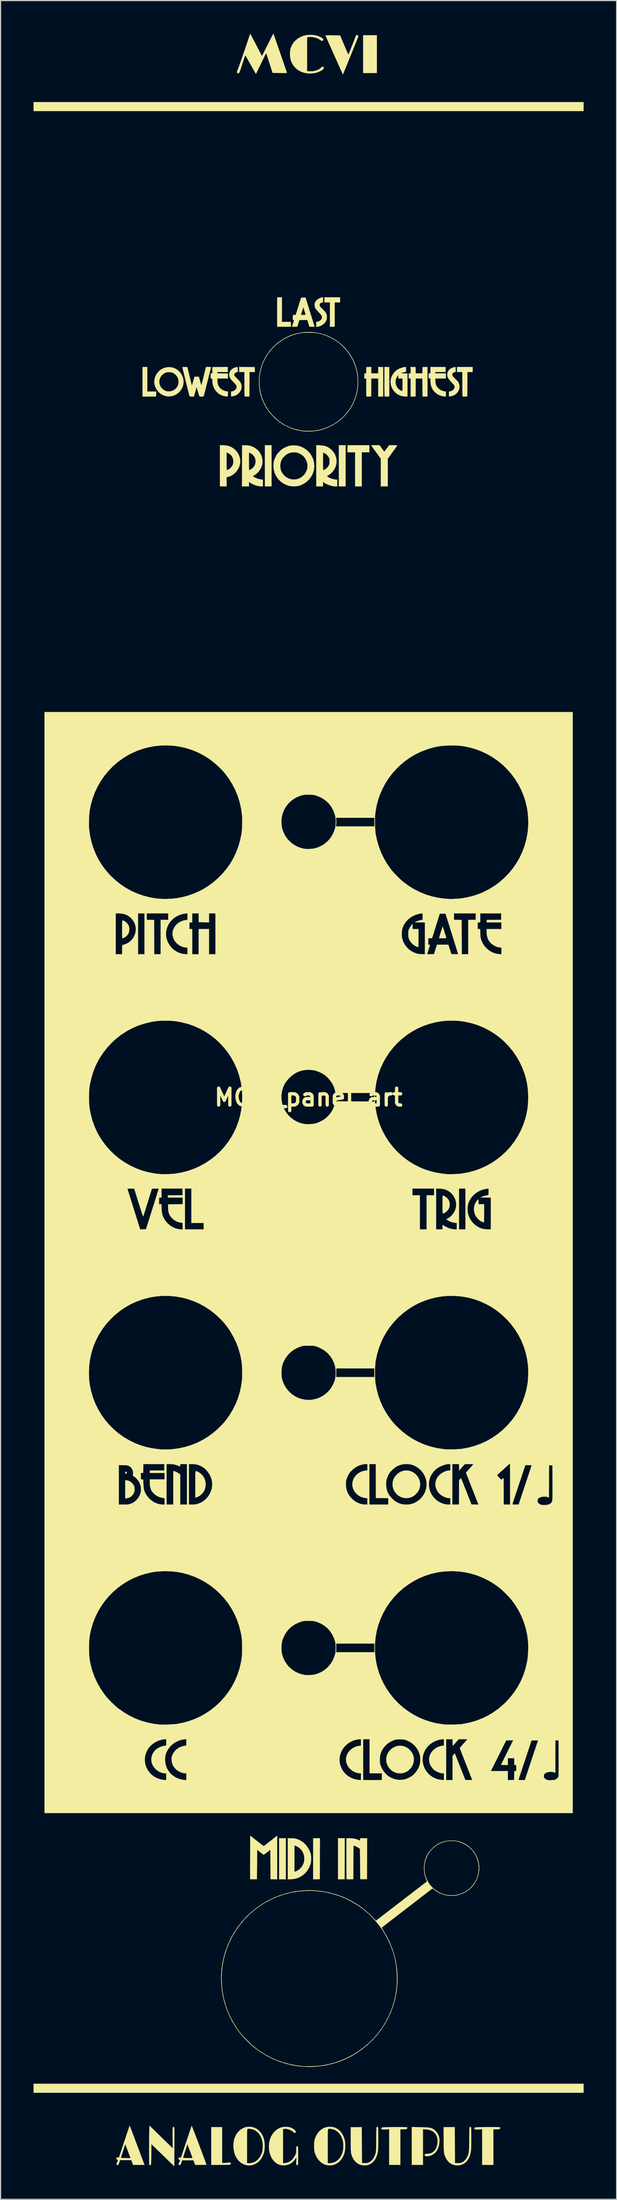
<source format=kicad_pcb>
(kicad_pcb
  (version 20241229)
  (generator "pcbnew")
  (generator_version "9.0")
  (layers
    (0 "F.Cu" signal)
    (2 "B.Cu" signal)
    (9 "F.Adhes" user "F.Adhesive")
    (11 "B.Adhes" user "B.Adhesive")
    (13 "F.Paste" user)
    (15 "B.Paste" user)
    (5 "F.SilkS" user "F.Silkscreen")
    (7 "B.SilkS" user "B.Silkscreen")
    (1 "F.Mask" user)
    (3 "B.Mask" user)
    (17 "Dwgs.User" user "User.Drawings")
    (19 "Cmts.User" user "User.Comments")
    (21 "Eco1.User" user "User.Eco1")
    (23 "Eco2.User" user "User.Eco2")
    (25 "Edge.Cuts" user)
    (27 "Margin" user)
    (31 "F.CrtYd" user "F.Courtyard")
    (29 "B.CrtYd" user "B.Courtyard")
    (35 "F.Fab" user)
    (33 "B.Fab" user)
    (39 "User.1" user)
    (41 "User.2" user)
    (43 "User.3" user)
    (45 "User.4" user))
  (footprint "MCVI_panel_art"
    (layer "F.Cu")
    (at 24.999 96.623)
    (property "Reference" "MCVI_panel_art" (at 0 0 0) (layer "F.SilkS") (effects (font (size 1.524 1.524) (thickness 0.3))))
    (attr through_hole)
    (fp_poly (pts (xy -3.353 -55.499) (xy -3.962 -55.499) (xy -3.962 -59.233) (xy -3.353 -59.233) (xy -3.353 -55.499)) (stroke (width 0.01) (type solid)) (fill yes) (layer "F.SilkS"))
    (fp_poly (pts (xy -2.057 71.018) (xy -2.667 71.018) (xy -2.667 67.285) (xy -2.057 67.285) (xy -2.057 71.018)) (stroke (width 0.01) (type solid)) (fill yes) (layer "F.SilkS"))
    (fp_poly (pts (xy 3.378 -55.499) (xy 2.769 -55.499) (xy 2.769 -59.233) (xy 3.378 -59.233) (xy 3.378 -55.499)) (stroke (width 0.01) (type solid)) (fill yes) (layer "F.SilkS"))
    (fp_poly (pts (xy 6.223 -93.04) (xy 4.978 -93.04) (xy 4.978 -96.469) (xy 6.223 -96.469) (xy 6.223 -93.04)) (stroke (width 0.01) (type solid)) (fill yes) (layer "F.SilkS"))
    (fp_poly (pts (xy 25.019 -89.586) (xy -24.994 -89.586) (xy -24.994 -90.399) (xy 25.019 -90.399) (xy 25.019 -89.586)) (stroke (width 0.01) (type solid)) (fill yes) (layer "F.SilkS"))
    (fp_poly (pts (xy 25.019 90.399) (xy -24.994 90.399) (xy -24.994 89.586) (xy 25.019 89.586) (xy 25.019 90.399)) (stroke (width 0.01) (type solid)) (fill yes) (layer "F.SilkS"))
    (fp_poly (pts (xy 1.035 69.145) (xy 1.029 71.006) (xy 0.432 71.02) (xy 0.432 67.285) (xy 1.042 67.285) (xy 1.035 69.145)) (stroke (width 0.01) (type solid)) (fill yes) (layer "F.SilkS"))
    (fp_poly (pts (xy 3.296 69.145) (xy 3.289 71.006) (xy 2.692 71.02) (xy 2.692 67.285) (xy 3.302 67.285) (xy 3.296 69.145)) (stroke (width 0.01) (type solid)) (fill yes) (layer "F.SilkS"))
    (fp_poly (pts (xy -2.413 -70.434) (xy -1.6 -70.434) (xy -1.6 -70.002) (xy -2.845 -70.002) (xy -2.845 -72.669) (xy -2.413 -72.669) (xy -2.413 -70.434)) (stroke (width 0.01) (type solid)) (fill yes) (layer "F.SilkS"))
    (fp_poly (pts (xy -14.656 -64.11) (xy -13.841 -64.11) (xy -13.848 -63.887) (xy -13.856 -63.665) (xy -14.472 -63.658) (xy -15.088 -63.651) (xy -15.088 -66.345) (xy -14.656 -66.345) (xy -14.656 -64.11)) (stroke (width 0.01) (type solid)) (fill yes) (layer "F.SilkS"))
    (fp_poly (pts (xy 2.87 -72.212) (xy 2.388 -72.212) (xy 2.388 -70.002) (xy 1.956 -70.002) (xy 1.956 -72.212) (xy 1.448 -72.212) (xy 1.448 -72.669) (xy 2.87 -72.669) (xy 2.87 -72.212)) (stroke (width 0.01) (type solid)) (fill yes) (layer "F.SilkS"))
    (fp_poly (pts (xy 5.537 -58.598) (xy 4.851 -58.598) (xy 4.851 -55.499) (xy 4.242 -55.499) (xy 4.242 -58.598) (xy 3.556 -58.598) (xy 3.556 -59.233) (xy 5.537 -59.233) (xy 5.537 -58.598)) (stroke (width 0.01) (type solid)) (fill yes) (layer "F.SilkS"))
    (fp_poly (pts (xy -16.608 33.99) (xy -16.55 34.016) (xy -16.525 34.042) (xy -16.514 34.101) (xy -16.543 34.153) (xy -16.603 34.183) (xy -16.608 34.184) (xy -16.643 34.183) (xy -16.658 34.158) (xy -16.662 34.097) (xy -16.662 34.087) (xy -16.659 34.02) (xy -16.645 33.992) (xy -16.613 33.989) (xy -16.608 33.99)) (stroke (width 0.01) (type solid)) (fill yes) (layer "F.SilkS"))
    (fp_poly (pts (xy 7.353 -66.332) (xy 7.353 -63.665) (xy 7.149 -63.658) (xy 7.051 -63.656) (xy 6.974 -63.659) (xy 6.931 -63.666) (xy 6.927 -63.668) (xy 6.923 -63.697) (xy 6.92 -63.771) (xy 6.917 -63.886) (xy 6.915 -64.038) (xy 6.912 -64.221) (xy 6.911 -64.432) (xy 6.909 -64.664) (xy 6.909 -64.914) (xy 6.909 -65.017) (xy 6.909 -66.347) (xy 7.353 -66.332)) (stroke (width 0.01) (type solid)) (fill yes) (layer "F.SilkS"))
    (fp_poly (pts (xy 10.82 -63.65) (xy 10.598 -63.658) (xy 10.376 -63.665) (xy 10.362 -65.303) (xy 9.754 -65.303) (xy 9.748 -64.484) (xy 9.741 -63.665) (xy 9.519 -63.658) (xy 9.296 -63.65) (xy 9.296 -65.303) (xy 9.119 -65.303) (xy 9.119 -65.761) (xy 9.296 -65.761) (xy 9.296 -66.347) (xy 9.741 -66.332) (xy 9.748 -66.046) (xy 9.755 -65.761) (xy 10.362 -65.761) (xy 10.376 -66.332) (xy 10.82 -66.347) (xy 10.82 -63.65)) (stroke (width 0.01) (type solid)) (fill yes) (layer "F.SilkS"))
    (fp_poly (pts (xy -16.526 34.78) (xy -16.35 34.822) (xy -16.183 34.909) (xy -16.034 35.032) (xy -15.912 35.187) (xy -15.88 35.242) (xy -15.845 35.316) (xy -15.824 35.386) (xy -15.814 35.47) (xy -15.812 35.585) (xy -15.814 35.703) (xy -15.824 35.789) (xy -15.846 35.864) (xy -15.882 35.945) (xy -15.993 36.116) (xy -16.139 36.254) (xy -16.312 36.353) (xy -16.507 36.409) (xy -16.529 36.412) (xy -16.662 36.43) (xy -16.662 34.765) (xy -16.526 34.78)) (stroke (width 0.01) (type solid)) (fill yes) (layer "F.SilkS"))
    (fp_poly (pts (xy 14.935 -65.888) (xy 14.453 -65.888) (xy 14.447 -64.776) (xy 14.44 -63.665) (xy 14.236 -63.658) (xy 14.138 -63.656) (xy 14.061 -63.659) (xy 14.017 -63.666) (xy 14.013 -63.668) (xy 14.01 -63.697) (xy 14.006 -63.771) (xy 14.003 -63.885) (xy 14 -64.034) (xy 13.998 -64.213) (xy 13.996 -64.416) (xy 13.996 -64.638) (xy 13.995 -64.787) (xy 13.995 -65.888) (xy 13.513 -65.888) (xy 13.513 -66.345) (xy 14.935 -66.345) (xy 14.935 -65.888)) (stroke (width 0.01) (type solid)) (fill yes) (layer "F.SilkS"))
    (fp_poly (pts (xy -7.849 96.774) (xy -7.606 96.774) (xy -7.484 96.771) (xy -7.368 96.763) (xy -7.276 96.751) (xy -7.25 96.746) (xy -7.17 96.73) (xy -7.121 96.736) (xy -7.099 96.749) (xy -7.066 96.803) (xy -7.067 96.867) (xy -7.1 96.919) (xy -7.11 96.926) (xy -7.151 96.933) (xy -7.24 96.94) (xy -7.374 96.945) (xy -7.551 96.949) (xy -7.767 96.951) (xy -7.999 96.952) (xy -8.839 96.952) (xy -8.839 93.523) (xy -7.849 93.523) (xy -7.849 96.774)) (stroke (width 0.01) (type solid)) (fill yes) (layer "F.SilkS"))
    (fp_poly (pts (xy -4.889 -66.332) (xy -4.882 -66.11) (xy -4.875 -65.888) (xy -5.359 -65.888) (xy -5.365 -64.776) (xy -5.372 -63.665) (xy -5.576 -63.658) (xy -5.674 -63.656) (xy -5.751 -63.659) (xy -5.795 -63.666) (xy -5.799 -63.668) (xy -5.802 -63.697) (xy -5.806 -63.771) (xy -5.809 -63.885) (xy -5.812 -64.034) (xy -5.814 -64.213) (xy -5.816 -64.416) (xy -5.816 -64.638) (xy -5.817 -64.787) (xy -5.817 -65.888) (xy -6.299 -65.888) (xy -6.299 -66.346) (xy -4.889 -66.332)) (stroke (width 0.01) (type solid)) (fill yes) (layer "F.SilkS"))
    (fp_poly (pts (xy 6.795 -66.332) (xy 6.795 -63.665) (xy 6.572 -63.658) (xy 6.35 -63.65) (xy 6.35 -65.303) (xy 5.716 -65.303) (xy 5.709 -64.484) (xy 5.702 -63.665) (xy 5.498 -63.658) (xy 5.4 -63.656) (xy 5.323 -63.659) (xy 5.28 -63.666) (xy 5.276 -63.668) (xy 5.271 -63.697) (xy 5.267 -63.771) (xy 5.264 -63.883) (xy 5.261 -64.027) (xy 5.259 -64.197) (xy 5.258 -64.386) (xy 5.258 -64.495) (xy 5.258 -65.303) (xy 5.078 -65.303) (xy 5.093 -65.748) (xy 5.174 -65.756) (xy 5.256 -65.764) (xy 5.263 -66.048) (xy 5.271 -66.332) (xy 5.715 -66.347) (xy 5.715 -65.761) (xy 6.35 -65.761) (xy 6.35 -66.347) (xy 6.795 -66.332)) (stroke (width 0.01) (type solid)) (fill yes) (layer "F.SilkS"))
    (fp_poly (pts (xy -10.159 33.95) (xy -10.115 33.972) (xy -10.062 33.999) (xy -10.045 34.007) (xy -9.948 34.062) (xy -9.839 34.138) (xy -9.741 34.219) (xy -9.738 34.222) (xy -9.578 34.403) (xy -9.459 34.609) (xy -9.382 34.834) (xy -9.347 35.071) (xy -9.356 35.312) (xy -9.411 35.552) (xy -9.49 35.744) (xy -9.584 35.89) (xy -9.713 36.031) (xy -9.864 36.157) (xy -10.024 36.259) (xy -10.181 36.326) (xy -10.217 36.336) (xy -10.287 36.353) (xy -10.287 35.144) (xy -10.287 34.857) (xy -10.288 34.618) (xy -10.287 34.421) (xy -10.285 34.264) (xy -10.281 34.143) (xy -10.273 34.053) (xy -10.261 33.992) (xy -10.245 33.954) (xy -10.223 33.938) (xy -10.194 33.937) (xy -10.159 33.95)) (stroke (width 0.01) (type solid)) (fill yes) (layer "F.SilkS"))
    (fp_poly (pts (xy 9.474 -15.291) (xy 10.008 -15.291) (xy 10.008 -14.479) (xy 10.007 -14.282) (xy 10.005 -14.1) (xy 10.003 -13.942) (xy 9.999 -13.813) (xy 9.995 -13.718) (xy 9.99 -13.665) (xy 9.987 -13.656) (xy 9.955 -13.658) (xy 9.891 -13.677) (xy 9.824 -13.701) (xy 9.615 -13.813) (xy 9.428 -13.966) (xy 9.272 -14.151) (xy 9.155 -14.361) (xy 9.14 -14.396) (xy 9.114 -14.47) (xy 9.097 -14.544) (xy 9.087 -14.633) (xy 9.083 -14.749) (xy 9.082 -14.846) (xy 9.082 -14.977) (xy 9.085 -15.07) (xy 9.094 -15.141) (xy 9.111 -15.203) (xy 9.138 -15.27) (xy 9.172 -15.342) (xy 9.231 -15.45) (xy 9.299 -15.557) (xy 9.363 -15.641) (xy 9.368 -15.646) (xy 9.472 -15.761) (xy 9.474 -15.291)) (stroke (width 0.01) (type solid)) (fill yes) (layer "F.SilkS"))
    (fp_poly (pts (xy 12.215 -15.496) (xy 12.237 -15.437) (xy 12.267 -15.348) (xy 12.303 -15.237) (xy 12.303 -15.236) (xy 12.349 -15.091) (xy 12.398 -14.935) (xy 12.444 -14.789) (xy 12.467 -14.714) (xy 12.498 -14.612) (xy 12.519 -14.53) (xy 12.528 -14.478) (xy 12.527 -14.466) (xy 12.498 -14.461) (xy 12.429 -14.457) (xy 12.334 -14.454) (xy 12.225 -14.453) (xy 12.114 -14.453) (xy 12.012 -14.455) (xy 11.933 -14.459) (xy 11.888 -14.464) (xy 11.882 -14.466) (xy 11.886 -14.492) (xy 11.903 -14.558) (xy 11.931 -14.654) (xy 11.966 -14.774) (xy 12.006 -14.907) (xy 12.048 -15.045) (xy 12.091 -15.18) (xy 12.13 -15.303) (xy 12.163 -15.405) (xy 12.189 -15.478) (xy 12.203 -15.513) (xy 12.204 -15.515) (xy 12.215 -15.496)) (stroke (width 0.01) (type solid)) (fill yes) (layer "F.SilkS"))
    (fp_poly (pts (xy 15.456 9.294) (xy 15.464 9.357) (xy 15.468 9.447) (xy 15.469 9.487) (xy 15.469 9.703) (xy 15.977 9.703) (xy 15.977 10.528) (xy 15.976 10.727) (xy 15.974 10.909) (xy 15.972 11.067) (xy 15.969 11.196) (xy 15.965 11.29) (xy 15.96 11.343) (xy 15.958 11.352) (xy 15.923 11.343) (xy 15.862 11.322) (xy 15.847 11.317) (xy 15.715 11.26) (xy 15.602 11.193) (xy 15.489 11.102) (xy 15.437 11.054) (xy 15.276 10.867) (xy 15.157 10.659) (xy 15.081 10.435) (xy 15.049 10.202) (xy 15.062 9.966) (xy 15.123 9.736) (xy 15.164 9.64) (xy 15.212 9.55) (xy 15.272 9.458) (xy 15.334 9.374) (xy 15.39 9.31) (xy 15.434 9.274) (xy 15.445 9.271) (xy 15.456 9.294)) (stroke (width 0.01) (type solid)) (fill yes) (layer "F.SilkS"))
    (fp_poly (pts (xy -16.829 -16.061) (xy -16.783 -16.038) (xy -16.744 -16.017) (xy -16.58 -15.906) (xy -16.443 -15.759) (xy -16.36 -15.621) (xy -16.325 -15.538) (xy -16.305 -15.46) (xy -16.296 -15.367) (xy -16.295 -15.265) (xy -16.306 -15.091) (xy -16.343 -14.947) (xy -16.412 -14.818) (xy -16.51 -14.697) (xy -16.584 -14.629) (xy -16.675 -14.562) (xy -16.77 -14.504) (xy -16.854 -14.465) (xy -16.909 -14.453) (xy -16.918 -14.462) (xy -16.926 -14.492) (xy -16.932 -14.548) (xy -16.936 -14.635) (xy -16.939 -14.755) (xy -16.941 -14.916) (xy -16.942 -15.119) (xy -16.942 -15.265) (xy -16.942 -15.497) (xy -16.942 -15.683) (xy -16.94 -15.826) (xy -16.935 -15.933) (xy -16.927 -16.006) (xy -16.913 -16.051) (xy -16.893 -16.072) (xy -16.865 -16.074) (xy -16.829 -16.061)) (stroke (width 0.01) (type solid)) (fill yes) (layer "F.SilkS"))
    (fp_poly (pts (xy 8.608 58.916) (xy 8.825 58.99) (xy 9.026 59.103) (xy 9.206 59.249) (xy 9.357 59.426) (xy 9.475 59.628) (xy 9.555 59.851) (xy 9.578 59.964) (xy 9.588 60.2) (xy 9.552 60.432) (xy 9.474 60.652) (xy 9.356 60.855) (xy 9.203 61.034) (xy 9.019 61.185) (xy 8.809 61.299) (xy 8.692 61.341) (xy 8.519 61.378) (xy 8.327 61.39) (xy 8.137 61.379) (xy 7.974 61.344) (xy 7.75 61.251) (xy 7.557 61.125) (xy 7.418 60.995) (xy 7.264 60.796) (xy 7.153 60.578) (xy 7.088 60.348) (xy 7.07 60.11) (xy 7.083 59.97) (xy 7.144 59.731) (xy 7.249 59.512) (xy 7.392 59.317) (xy 7.569 59.151) (xy 7.774 59.021) (xy 8.003 58.93) (xy 8.147 58.898) (xy 8.38 58.883) (xy 8.608 58.916)) (stroke (width 0.01) (type solid)) (fill yes) (layer "F.SilkS"))
    (fp_poly (pts (xy 12.288 8.931) (xy 12.374 8.973) (xy 12.469 9.032) (xy 12.559 9.1) (xy 12.624 9.16) (xy 12.728 9.29) (xy 12.795 9.419) (xy 12.83 9.564) (xy 12.839 9.728) (xy 12.835 9.857) (xy 12.822 9.954) (xy 12.796 10.037) (xy 12.784 10.064) (xy 12.713 10.184) (xy 12.614 10.304) (xy 12.503 10.409) (xy 12.393 10.482) (xy 12.381 10.488) (xy 12.33 10.513) (xy 12.288 10.531) (xy 12.256 10.538) (xy 12.232 10.53) (xy 12.215 10.501) (xy 12.203 10.447) (xy 12.197 10.363) (xy 12.193 10.246) (xy 12.192 10.09) (xy 12.192 9.891) (xy 12.192 9.728) (xy 12.192 9.496) (xy 12.194 9.31) (xy 12.196 9.166) (xy 12.199 9.059) (xy 12.204 8.985) (xy 12.211 8.94) (xy 12.219 8.919) (xy 12.225 8.915) (xy 12.288 8.931)) (stroke (width 0.01) (type solid)) (fill yes) (layer "F.SilkS"))
    (fp_poly (pts (xy 9.137 33.906) (xy 9.361 33.973) (xy 9.573 34.085) (xy 9.768 34.242) (xy 9.8 34.275) (xy 9.958 34.473) (xy 10.071 34.69) (xy 10.139 34.919) (xy 10.16 35.155) (xy 10.134 35.393) (xy 10.06 35.626) (xy 10.013 35.723) (xy 9.941 35.832) (xy 9.839 35.953) (xy 9.721 36.072) (xy 9.6 36.175) (xy 9.49 36.249) (xy 9.485 36.252) (xy 9.27 36.34) (xy 9.038 36.387) (xy 8.804 36.393) (xy 8.588 36.358) (xy 8.356 36.271) (xy 8.149 36.143) (xy 7.972 35.981) (xy 7.829 35.79) (xy 7.724 35.575) (xy 7.662 35.341) (xy 7.646 35.141) (xy 7.67 34.893) (xy 7.742 34.661) (xy 7.862 34.447) (xy 8.028 34.252) (xy 8.036 34.244) (xy 8.235 34.086) (xy 8.45 33.973) (xy 8.675 33.906) (xy 8.906 33.883) (xy 9.137 33.906)) (stroke (width 0.01) (type solid)) (fill yes) (layer "F.SilkS"))
    (fp_poly (pts (xy 8.53 93.521) (xy 8.672 93.522) (xy 8.781 93.525) (xy 8.86 93.528) (xy 8.915 93.533) (xy 8.951 93.54) (xy 8.97 93.548) (xy 8.976 93.554) (xy 8.988 93.614) (xy 8.956 93.668) (xy 8.902 93.701) (xy 8.847 93.712) (xy 8.758 93.721) (xy 8.649 93.725) (xy 8.596 93.726) (xy 8.357 93.726) (xy 8.357 96.952) (xy 7.341 96.952) (xy 7.341 93.719) (xy 7.011 93.732) (xy 6.86 93.737) (xy 6.753 93.735) (xy 6.684 93.725) (xy 6.645 93.705) (xy 6.631 93.674) (xy 6.634 93.632) (xy 6.641 93.608) (xy 6.655 93.587) (xy 6.681 93.57) (xy 6.722 93.557) (xy 6.784 93.546) (xy 6.869 93.538) (xy 6.983 93.532) (xy 7.13 93.528) (xy 7.314 93.525) (xy 7.539 93.523) (xy 7.811 93.521) (xy 7.861 93.521) (xy 8.129 93.52) (xy 8.351 93.52) (xy 8.53 93.521)) (stroke (width 0.01) (type solid)) (fill yes) (layer "F.SilkS"))
    (fp_poly (pts (xy 12.471 -65.888) (xy 11.532 -65.888) (xy 11.532 -65.761) (xy 12.497 -65.761) (xy 12.497 -65.303) (xy 11.524 -65.303) (xy 11.539 -65.068) (xy 11.557 -64.889) (xy 11.588 -64.746) (xy 11.638 -64.626) (xy 11.712 -64.515) (xy 11.778 -64.439) (xy 11.928 -64.303) (xy 12.095 -64.207) (xy 12.291 -64.144) (xy 12.338 -64.134) (xy 12.497 -64.103) (xy 12.497 -63.878) (xy 12.497 -63.768) (xy 12.492 -63.701) (xy 12.472 -63.667) (xy 12.427 -63.658) (xy 12.348 -63.666) (xy 12.268 -63.677) (xy 12.016 -63.735) (xy 11.783 -63.838) (xy 11.573 -63.987) (xy 11.44 -64.119) (xy 11.295 -64.308) (xy 11.193 -64.505) (xy 11.13 -64.721) (xy 11.102 -64.965) (xy 11.1 -65.054) (xy 11.1 -65.3) (xy 10.935 -65.316) (xy 10.935 -65.748) (xy 11.017 -65.756) (xy 11.1 -65.764) (xy 11.1 -66.345) (xy 12.471 -66.345) (xy 12.471 -65.888)) (stroke (width 0.01) (type solid)) (fill yes) (layer "F.SilkS"))
    (fp_poly (pts (xy 16.988 93.521) (xy 17.13 93.522) (xy 17.239 93.525) (xy 17.319 93.528) (xy 17.374 93.533) (xy 17.409 93.54) (xy 17.428 93.548) (xy 17.434 93.554) (xy 17.446 93.614) (xy 17.414 93.668) (xy 17.36 93.701) (xy 17.306 93.712) (xy 17.216 93.721) (xy 17.107 93.725) (xy 17.054 93.726) (xy 16.815 93.726) (xy 16.815 96.952) (xy 15.799 96.952) (xy 15.799 93.719) (xy 15.469 93.732) (xy 15.318 93.737) (xy 15.211 93.735) (xy 15.142 93.725) (xy 15.103 93.705) (xy 15.089 93.674) (xy 15.092 93.632) (xy 15.099 93.608) (xy 15.114 93.587) (xy 15.139 93.57) (xy 15.181 93.557) (xy 15.242 93.546) (xy 15.327 93.538) (xy 15.441 93.532) (xy 15.588 93.528) (xy 15.772 93.525) (xy 15.998 93.523) (xy 16.269 93.521) (xy 16.319 93.521) (xy 16.587 93.52) (xy 16.809 93.52) (xy 16.988 93.521)) (stroke (width 0.01) (type solid)) (fill yes) (layer "F.SilkS"))
    (fp_poly (pts (xy 6.676 -58.941) (xy 6.752 -58.836) (xy 6.817 -58.748) (xy 6.867 -58.684) (xy 6.894 -58.651) (xy 6.898 -58.649) (xy 6.916 -58.668) (xy 6.959 -58.721) (xy 7.02 -58.8) (xy 7.094 -58.899) (xy 7.125 -58.941) (xy 7.341 -59.233) (xy 7.709 -59.233) (xy 7.839 -59.232) (xy 7.949 -59.229) (xy 8.03 -59.225) (xy 8.073 -59.22) (xy 8.077 -59.218) (xy 8.063 -59.195) (xy 8.023 -59.135) (xy 7.96 -59.045) (xy 7.878 -58.93) (xy 7.782 -58.794) (xy 7.674 -58.644) (xy 7.645 -58.605) (xy 7.214 -58.006) (xy 7.214 -55.499) (xy 6.579 -55.499) (xy 6.579 -58.015) (xy 6.147 -58.61) (xy 6.037 -58.762) (xy 5.937 -58.901) (xy 5.851 -59.021) (xy 5.783 -59.117) (xy 5.737 -59.184) (xy 5.716 -59.216) (xy 5.715 -59.218) (xy 5.739 -59.223) (xy 5.805 -59.228) (xy 5.904 -59.231) (xy 6.027 -59.233) (xy 6.09 -59.233) (xy 6.465 -59.233) (xy 6.676 -58.941)) (stroke (width 0.01) (type solid)) (fill yes) (layer "F.SilkS"))
    (fp_poly (pts (xy -7.341 -65.888) (xy -8.28 -65.888) (xy -8.28 -65.762) (xy -7.804 -65.755) (xy -7.328 -65.748) (xy -7.321 -65.526) (xy -7.313 -65.303) (xy -8.286 -65.303) (xy -8.276 -65.056) (xy -8.267 -64.921) (xy -8.253 -64.82) (xy -8.228 -64.734) (xy -8.199 -64.663) (xy -8.089 -64.485) (xy -7.942 -64.338) (xy -7.761 -64.225) (xy -7.551 -64.149) (xy -7.469 -64.131) (xy -7.313 -64.104) (xy -7.321 -63.885) (xy -7.325 -63.774) (xy -7.335 -63.706) (xy -7.36 -63.671) (xy -7.41 -63.662) (xy -7.495 -63.67) (xy -7.556 -63.679) (xy -7.8 -63.735) (xy -8.028 -63.834) (xy -8.229 -63.97) (xy -8.258 -63.996) (xy -8.436 -64.184) (xy -8.571 -64.394) (xy -8.666 -64.63) (xy -8.72 -64.895) (xy -8.737 -65.157) (xy -8.738 -65.239) (xy -8.746 -65.283) (xy -8.767 -65.3) (xy -8.807 -65.303) (xy -8.814 -65.303) (xy -8.89 -65.303) (xy -8.89 -65.761) (xy -8.739 -65.761) (xy -8.725 -66.332) (xy -8.033 -66.339) (xy -7.341 -66.346) (xy -7.341 -65.888)) (stroke (width 0.01) (type solid)) (fill yes) (layer "F.SilkS"))
    (fp_poly (pts (xy 4.015 67.299) (xy 4.261 67.343) (xy 4.496 67.421) (xy 4.553 67.446) (xy 4.699 67.51) (xy 4.699 67.285) (xy 5.334 67.285) (xy 5.328 69.145) (xy 5.321 71.006) (xy 4.712 71.006) (xy 4.699 69.629) (xy 4.686 68.252) (xy 4.597 68.185) (xy 4.533 68.142) (xy 4.446 68.092) (xy 4.349 68.041) (xy 4.255 67.995) (xy 4.176 67.961) (xy 4.127 67.945) (xy 4.122 67.945) (xy 4.115 67.954) (xy 4.109 67.985) (xy 4.104 68.039) (xy 4.099 68.12) (xy 4.096 68.232) (xy 4.092 68.378) (xy 4.09 68.56) (xy 4.087 68.783) (xy 4.085 69.049) (xy 4.084 69.361) (xy 4.083 69.475) (xy 4.077 71.006) (xy 3.783 71.013) (xy 3.666 71.014) (xy 3.568 71.013) (xy 3.499 71.008) (xy 3.472 71.002) (xy 3.469 70.975) (xy 3.466 70.9) (xy 3.464 70.783) (xy 3.462 70.627) (xy 3.46 70.437) (xy 3.458 70.215) (xy 3.456 69.968) (xy 3.455 69.697) (xy 3.455 69.409) (xy 3.454 69.135) (xy 3.454 67.285) (xy 3.742 67.285) (xy 4.015 67.299)) (stroke (width 0.01) (type solid)) (fill yes) (layer "F.SilkS"))
    (fp_poly (pts (xy -7.804 -59.232) (xy -7.67 -59.228) (xy -7.531 -59.217) (xy -7.41 -59.201) (xy -7.379 -59.195) (xy -7.128 -59.118) (xy -6.9 -59) (xy -6.697 -58.847) (xy -6.524 -58.664) (xy -6.385 -58.455) (xy -6.282 -58.227) (xy -6.221 -57.985) (xy -6.204 -57.733) (xy -6.218 -57.576) (xy -6.277 -57.331) (xy -6.38 -57.1) (xy -6.52 -56.887) (xy -6.691 -56.699) (xy -6.888 -56.544) (xy -7.106 -56.426) (xy -7.312 -56.359) (xy -7.442 -56.328) (xy -7.442 -55.499) (xy -8.052 -55.499) (xy -8.052 -57.774) (xy -7.442 -57.774) (xy -7.442 -57.537) (xy -7.44 -57.346) (xy -7.437 -57.199) (xy -7.433 -57.092) (xy -7.427 -57.021) (xy -7.42 -56.982) (xy -7.412 -56.972) (xy -7.373 -56.983) (xy -7.307 -57.009) (xy -7.273 -57.025) (xy -7.161 -57.099) (xy -7.049 -57.205) (xy -6.951 -57.329) (xy -6.881 -57.453) (xy -6.868 -57.486) (xy -6.826 -57.686) (xy -6.833 -57.888) (xy -6.885 -58.081) (xy -6.982 -58.259) (xy -7.036 -58.327) (xy -7.131 -58.416) (xy -7.247 -58.495) (xy -7.362 -58.551) (xy -7.385 -58.559) (xy -7.442 -58.576) (xy -7.442 -57.774) (xy -8.052 -57.774) (xy -8.052 -59.233) (xy -7.804 -59.232)) (stroke (width 0.01) (type solid)) (fill yes) (layer "F.SilkS"))
    (fp_poly (pts (xy -4.694 67.523) (xy -4.542 67.642) (xy -4.403 67.749) (xy -4.281 67.842) (xy -4.182 67.916) (xy -4.111 67.968) (xy -4.072 67.994) (xy -4.067 67.996) (xy -4.036 67.981) (xy -3.979 67.943) (xy -3.92 67.899) (xy -3.865 67.855) (xy -3.777 67.786) (xy -3.664 67.697) (xy -3.533 67.595) (xy -3.393 67.485) (xy -3.321 67.429) (xy -2.845 67.055) (xy -2.845 71.02) (xy -3.442 71.006) (xy -3.454 69.667) (xy -3.467 68.328) (xy -3.756 68.556) (xy -3.861 68.637) (xy -3.953 68.705) (xy -4.024 68.754) (xy -4.067 68.779) (xy -4.074 68.782) (xy -4.103 68.766) (xy -4.163 68.724) (xy -4.247 68.661) (xy -4.346 68.584) (xy -4.381 68.556) (xy -4.661 68.332) (xy -4.674 69.669) (xy -4.686 71.006) (xy -4.985 71.013) (xy -5.122 71.015) (xy -5.215 71.012) (xy -5.27 71.004) (xy -5.295 70.991) (xy -5.297 70.987) (xy -5.298 70.957) (xy -5.3 70.881) (xy -5.302 70.761) (xy -5.303 70.602) (xy -5.303 70.409) (xy -5.304 70.184) (xy -5.304 69.933) (xy -5.304 69.658) (xy -5.303 69.364) (xy -5.303 69.056) (xy -5.302 69.003) (xy -5.296 67.051) (xy -4.694 67.523)) (stroke (width 0.01) (type solid)) (fill yes) (layer "F.SilkS"))
    (fp_poly (pts (xy 8.865 -65.894) (xy 8.735 -65.877) (xy 8.633 -65.857) (xy 8.531 -65.828) (xy 8.5 -65.817) (xy 8.395 -65.773) (xy 9.004 -65.748) (xy 9.004 -63.665) (xy 8.89 -63.662) (xy 8.798 -63.663) (xy 8.687 -63.671) (xy 8.623 -63.677) (xy 8.384 -63.732) (xy 8.164 -63.829) (xy 7.967 -63.963) (xy 7.797 -64.13) (xy 7.659 -64.323) (xy 7.556 -64.537) (xy 7.491 -64.767) (xy 7.471 -64.985) (xy 7.921 -64.985) (xy 7.944 -64.773) (xy 8.011 -64.582) (xy 8.12 -64.417) (xy 8.268 -64.282) (xy 8.341 -64.236) (xy 8.409 -64.196) (xy 8.462 -64.17) (xy 8.5 -64.161) (xy 8.527 -64.174) (xy 8.545 -64.214) (xy 8.554 -64.287) (xy 8.559 -64.396) (xy 8.56 -64.547) (xy 8.56 -64.732) (xy 8.56 -65.303) (xy 8.181 -65.303) (xy 8.166 -65.621) (xy 8.083 -65.501) (xy 7.99 -65.341) (xy 7.938 -65.181) (xy 7.921 -64.999) (xy 7.921 -64.985) (xy 7.471 -64.985) (xy 7.469 -65.006) (xy 7.494 -65.251) (xy 7.496 -65.258) (xy 7.561 -65.461) (xy 7.668 -65.663) (xy 7.806 -65.85) (xy 7.969 -66.011) (xy 8.11 -66.112) (xy 8.268 -66.192) (xy 8.447 -66.261) (xy 8.626 -66.312) (xy 8.731 -66.33) (xy 8.865 -66.347) (xy 8.865 -65.894)) (stroke (width 0.01) (type solid)) (fill yes) (layer "F.SilkS"))
    (fp_poly (pts (xy 0.112 -71.432) (xy 0.188 -71.19) (xy 0.259 -70.96) (xy 0.326 -70.747) (xy 0.385 -70.555) (xy 0.436 -70.391) (xy 0.477 -70.26) (xy 0.506 -70.165) (xy 0.522 -70.114) (xy 0.523 -70.11) (xy 0.556 -70.002) (xy 0.086 -70.002) (xy -0.009 -70.308) (xy -0.103 -70.613) (xy -0.826 -70.599) (xy -0.922 -70.301) (xy -1.019 -70.002) (xy -1.493 -70.002) (xy -1.407 -70.268) (xy -1.364 -70.404) (xy -1.337 -70.498) (xy -1.326 -70.559) (xy -1.329 -70.594) (xy -1.346 -70.609) (xy -1.373 -70.612) (xy -1.397 -70.615) (xy -1.412 -70.632) (xy -1.419 -70.672) (xy -1.42 -70.744) (xy -1.417 -70.834) (xy -1.41 -71.056) (xy -1.154 -71.071) (xy -1.145 -71.099) (xy -0.678 -71.099) (xy -0.67 -71.082) (xy -0.639 -71.073) (xy -0.576 -71.07) (xy -0.472 -71.069) (xy -0.374 -71.071) (xy -0.299 -71.076) (xy -0.258 -71.084) (xy -0.254 -71.087) (xy -0.261 -71.117) (xy -0.281 -71.186) (xy -0.312 -71.284) (xy -0.349 -71.402) (xy -0.36 -71.437) (xy -0.465 -71.768) (xy -0.559 -71.476) (xy -0.597 -71.356) (xy -0.631 -71.25) (xy -0.657 -71.169) (xy -0.671 -71.126) (xy -0.678 -71.099) (xy -1.145 -71.099) (xy -0.668 -72.631) (xy -0.467 -72.639) (xy -0.266 -72.646) (xy 0.112 -71.432)) (stroke (width 0.01) (type solid)) (fill yes) (layer "F.SilkS"))
    (fp_poly (pts (xy 1.321 -72.218) (xy 1.234 -72.202) (xy 1.12 -72.163) (xy 1.048 -72.096) (xy 1.017 -72) (xy 1.016 -71.969) (xy 1.017 -71.924) (xy 1.026 -71.885) (xy 1.046 -71.846) (xy 1.084 -71.797) (xy 1.145 -71.733) (xy 1.236 -71.644) (xy 1.28 -71.6) (xy 1.422 -71.456) (xy 1.528 -71.333) (xy 1.601 -71.223) (xy 1.647 -71.115) (xy 1.669 -71.002) (xy 1.673 -70.876) (xy 1.672 -70.844) (xy 1.657 -70.696) (xy 1.624 -70.576) (xy 1.601 -70.523) (xy 1.498 -70.366) (xy 1.358 -70.227) (xy 1.193 -70.116) (xy 1.013 -70.04) (xy 0.86 -70.009) (xy 0.711 -69.995) (xy 0.711 -70.429) (xy 0.805 -70.446) (xy 0.952 -70.492) (xy 1.074 -70.564) (xy 1.166 -70.658) (xy 1.222 -70.765) (xy 1.238 -70.879) (xy 1.216 -70.974) (xy 1.186 -71.023) (xy 1.128 -71.098) (xy 1.05 -71.19) (xy 0.959 -71.29) (xy 0.939 -71.311) (xy 0.844 -71.412) (xy 0.757 -71.51) (xy 0.687 -71.594) (xy 0.642 -71.653) (xy 0.638 -71.66) (xy 0.592 -71.772) (xy 0.566 -71.91) (xy 0.565 -72.053) (xy 0.582 -72.153) (xy 0.639 -72.278) (xy 0.736 -72.398) (xy 0.863 -72.506) (xy 1.008 -72.591) (xy 1.161 -72.647) (xy 1.213 -72.657) (xy 1.321 -72.674) (xy 1.321 -72.218)) (stroke (width 0.01) (type solid)) (fill yes) (layer "F.SilkS"))
    (fp_poly (pts (xy 10.141 93.53) (xy 10.412 93.537) (xy 10.638 93.546) (xy 10.825 93.558) (xy 10.98 93.576) (xy 11.108 93.601) (xy 11.216 93.634) (xy 11.31 93.676) (xy 11.395 93.73) (xy 11.479 93.796) (xy 11.559 93.87) (xy 11.695 94.029) (xy 11.805 94.215) (xy 11.878 94.41) (xy 11.885 94.437) (xy 11.906 94.579) (xy 11.912 94.75) (xy 11.905 94.932) (xy 11.884 95.104) (xy 11.863 95.207) (xy 11.778 95.464) (xy 11.664 95.679) (xy 11.519 95.856) (xy 11.343 95.995) (xy 11.244 96.05) (xy 11.108 96.106) (xy 10.971 96.144) (xy 10.842 96.163) (xy 10.728 96.164) (xy 10.641 96.144) (xy 10.587 96.104) (xy 10.579 96.086) (xy 10.574 96.023) (xy 10.61 95.98) (xy 10.688 95.954) (xy 10.811 95.944) (xy 10.844 95.944) (xy 10.957 95.942) (xy 11.041 95.93) (xy 11.121 95.905) (xy 11.211 95.863) (xy 11.382 95.753) (xy 11.519 95.606) (xy 11.624 95.422) (xy 11.697 95.2) (xy 11.733 94.985) (xy 11.743 94.72) (xy 11.71 94.482) (xy 11.637 94.274) (xy 11.524 94.097) (xy 11.374 93.952) (xy 11.188 93.841) (xy 10.967 93.767) (xy 10.713 93.73) (xy 10.598 93.726) (xy 10.414 93.726) (xy 10.414 96.952) (xy 9.398 96.952) (xy 9.398 93.516) (xy 10.141 93.53)) (stroke (width 0.01) (type solid)) (fill yes) (layer "F.SilkS"))
    (fp_poly (pts (xy -6.432 -66.113) (xy -6.424 -65.894) (xy -6.518 -65.876) (xy -6.618 -65.838) (xy -6.698 -65.77) (xy -6.747 -65.686) (xy -6.756 -65.63) (xy -6.752 -65.593) (xy -6.736 -65.553) (xy -6.702 -65.506) (xy -6.645 -65.442) (xy -6.559 -65.355) (xy -6.493 -65.291) (xy -6.352 -65.149) (xy -6.247 -65.03) (xy -6.172 -64.923) (xy -6.124 -64.822) (xy -6.097 -64.717) (xy -6.086 -64.599) (xy -6.086 -64.554) (xy -6.089 -64.436) (xy -6.102 -64.347) (xy -6.129 -64.266) (xy -6.155 -64.208) (xy -6.256 -64.051) (xy -6.393 -63.911) (xy -6.555 -63.798) (xy -6.73 -63.719) (xy -6.902 -63.683) (xy -7.036 -63.672) (xy -7.036 -64.105) (xy -6.94 -64.121) (xy -6.797 -64.165) (xy -6.677 -64.24) (xy -6.588 -64.338) (xy -6.537 -64.453) (xy -6.528 -64.527) (xy -6.531 -64.582) (xy -6.543 -64.633) (xy -6.569 -64.686) (xy -6.615 -64.749) (xy -6.684 -64.829) (xy -6.783 -64.935) (xy -6.832 -64.986) (xy -6.952 -65.115) (xy -7.041 -65.219) (xy -7.104 -65.308) (xy -7.148 -65.391) (xy -7.179 -65.477) (xy -7.19 -65.515) (xy -7.205 -65.676) (xy -7.174 -65.834) (xy -7.1 -65.982) (xy -6.987 -66.112) (xy -6.84 -66.218) (xy -6.806 -66.236) (xy -6.708 -66.279) (xy -6.611 -66.311) (xy -6.54 -66.325) (xy -6.439 -66.332) (xy -6.432 -66.113)) (stroke (width 0.01) (type solid)) (fill yes) (layer "F.SilkS"))
    (fp_poly (pts (xy -1.607 67.285) (xy -1.38 67.294) (xy -1.183 67.324) (xy -0.999 67.377) (xy -0.828 67.449) (xy -0.562 67.603) (xy -0.328 67.795) (xy -0.127 68.025) (xy 0.038 68.289) (xy 0.166 68.586) (xy 0.169 68.593) (xy 0.199 68.685) (xy 0.219 68.766) (xy 0.231 68.85) (xy 0.238 68.952) (xy 0.24 69.087) (xy 0.24 69.126) (xy 0.239 69.277) (xy 0.234 69.392) (xy 0.222 69.485) (xy 0.203 69.573) (xy 0.182 69.647) (xy 0.064 69.946) (xy -0.092 70.213) (xy -0.286 70.446) (xy -0.515 70.644) (xy -0.778 70.805) (xy -0.8 70.816) (xy -0.958 70.888) (xy -1.107 70.939) (xy -1.263 70.974) (xy -1.443 70.998) (xy -1.589 71.008) (xy -1.88 71.026) (xy -1.88 70.336) (xy -1.27 70.336) (xy -1.213 70.32) (xy -1.159 70.3) (xy -1.08 70.266) (xy -1.016 70.237) (xy -0.926 70.184) (xy -0.825 70.109) (xy -0.734 70.029) (xy -0.733 70.028) (xy -0.578 69.839) (xy -0.466 69.627) (xy -0.397 69.398) (xy -0.372 69.159) (xy -0.393 68.914) (xy -0.46 68.669) (xy -0.526 68.518) (xy -0.621 68.375) (xy -0.752 68.236) (xy -0.907 68.112) (xy -1.072 68.014) (xy -1.213 67.958) (xy -1.27 67.942) (xy -1.27 70.336) (xy -1.88 70.336) (xy -1.88 67.285) (xy -1.607 67.285)) (stroke (width 0.01) (type solid)) (fill yes) (layer "F.SilkS"))
    (fp_poly (pts (xy 13.375 -66.321) (xy 13.381 -66.258) (xy 13.385 -66.168) (xy 13.386 -66.119) (xy 13.386 -65.893) (xy 13.299 -65.877) (xy 13.188 -65.837) (xy 13.11 -65.77) (xy 13.071 -65.684) (xy 13.076 -65.586) (xy 13.083 -65.566) (xy 13.11 -65.523) (xy 13.167 -65.454) (xy 13.247 -65.367) (xy 13.34 -65.271) (xy 13.371 -65.24) (xy 13.48 -65.132) (xy 13.559 -65.048) (xy 13.614 -64.98) (xy 13.653 -64.917) (xy 13.683 -64.851) (xy 13.689 -64.834) (xy 13.734 -64.648) (xy 13.732 -64.461) (xy 13.688 -64.281) (xy 13.607 -64.113) (xy 13.492 -63.964) (xy 13.348 -63.84) (xy 13.18 -63.747) (xy 12.991 -63.693) (xy 12.925 -63.684) (xy 12.776 -63.671) (xy 12.776 -64.102) (xy 12.919 -64.133) (xy 13.05 -64.182) (xy 13.159 -64.259) (xy 13.241 -64.355) (xy 13.289 -64.464) (xy 13.298 -64.574) (xy 13.283 -64.633) (xy 13.256 -64.677) (xy 13.2 -64.748) (xy 13.123 -64.837) (xy 13.032 -64.935) (xy 13.008 -64.96) (xy 12.866 -65.113) (xy 12.761 -65.245) (xy 12.689 -65.362) (xy 12.645 -65.472) (xy 12.626 -65.583) (xy 12.624 -65.637) (xy 12.646 -65.82) (xy 12.713 -65.979) (xy 12.824 -66.113) (xy 12.925 -66.19) (xy 13.002 -66.231) (xy 13.103 -66.273) (xy 13.21 -66.31) (xy 13.304 -66.336) (xy 13.366 -66.345) (xy 13.375 -66.321)) (stroke (width 0.01) (type solid)) (fill yes) (layer "F.SilkS"))
    (fp_poly (pts (xy -5.566 -59.223) (xy -5.344 -59.19) (xy -5.138 -59.126) (xy -5.042 -59.083) (xy -4.799 -58.942) (xy -4.593 -58.769) (xy -4.426 -58.568) (xy -4.3 -58.344) (xy -4.219 -58.099) (xy -4.183 -57.837) (xy -4.182 -57.775) (xy -4.187 -57.615) (xy -4.206 -57.48) (xy -4.242 -57.351) (xy -4.3 -57.209) (xy -4.34 -57.127) (xy -4.442 -56.958) (xy -4.576 -56.793) (xy -4.728 -56.645) (xy -4.886 -56.529) (xy -4.912 -56.514) (xy -5.062 -56.43) (xy -5.001 -56.381) (xy -4.864 -56.293) (xy -4.691 -56.217) (xy -4.495 -56.157) (xy -4.291 -56.12) (xy -4.286 -56.12) (xy -4.14 -56.103) (xy -4.14 -55.499) (xy -4.291 -55.499) (xy -4.517 -55.519) (xy -4.758 -55.576) (xy -4.998 -55.664) (xy -5.222 -55.78) (xy -5.297 -55.827) (xy -5.41 -55.904) (xy -5.41 -55.499) (xy -6.046 -55.499) (xy -6.038 -57.773) (xy -5.41 -57.773) (xy -5.41 -57.542) (xy -5.409 -57.358) (xy -5.406 -57.215) (xy -5.403 -57.11) (xy -5.397 -57.038) (xy -5.391 -56.994) (xy -5.382 -56.974) (xy -5.377 -56.972) (xy -5.339 -56.985) (xy -5.274 -57.017) (xy -5.207 -57.055) (xy -5.049 -57.176) (xy -4.93 -57.322) (xy -4.85 -57.485) (xy -4.809 -57.659) (xy -4.805 -57.837) (xy -4.839 -58.012) (xy -4.909 -58.177) (xy -5.016 -58.325) (xy -5.159 -58.449) (xy -5.315 -58.533) (xy -5.41 -58.573) (xy -5.41 -57.773) (xy -6.038 -57.773) (xy -6.032 -59.22) (xy -5.818 -59.228) (xy -5.566 -59.223)) (stroke (width 0.01) (type solid)) (fill yes) (layer "F.SilkS"))
    (fp_poly (pts (xy 1.035 -59.227) (xy 1.301 -59.203) (xy 1.531 -59.154) (xy 1.733 -59.076) (xy 1.918 -58.964) (xy 2.095 -58.815) (xy 2.137 -58.774) (xy 2.31 -58.566) (xy 2.439 -58.337) (xy 2.523 -58.092) (xy 2.558 -57.837) (xy 2.545 -57.576) (xy 2.485 -57.332) (xy 2.381 -57.097) (xy 2.238 -56.881) (xy 2.064 -56.693) (xy 1.864 -56.542) (xy 1.841 -56.528) (xy 1.671 -56.429) (xy 1.73 -56.38) (xy 1.87 -56.291) (xy 2.046 -56.214) (xy 2.244 -56.156) (xy 2.452 -56.12) (xy 2.457 -56.119) (xy 2.616 -56.102) (xy 2.616 -55.499) (xy 2.442 -55.499) (xy 2.229 -55.518) (xy 1.999 -55.57) (xy 1.768 -55.652) (xy 1.552 -55.756) (xy 1.436 -55.829) (xy 1.321 -55.908) (xy 1.321 -55.499) (xy 0.711 -55.499) (xy 0.711 -57.772) (xy 1.321 -57.772) (xy 1.322 -57.513) (xy 1.324 -57.304) (xy 1.328 -57.146) (xy 1.334 -57.039) (xy 1.342 -56.982) (xy 1.347 -56.972) (xy 1.383 -56.983) (xy 1.447 -57.011) (xy 1.495 -57.034) (xy 1.632 -57.127) (xy 1.758 -57.257) (xy 1.859 -57.409) (xy 1.887 -57.469) (xy 1.905 -57.531) (xy 1.914 -57.61) (xy 1.917 -57.72) (xy 1.918 -57.772) (xy 1.916 -57.893) (xy 1.911 -57.977) (xy 1.898 -58.042) (xy 1.875 -58.101) (xy 1.842 -58.162) (xy 1.723 -58.326) (xy 1.568 -58.458) (xy 1.458 -58.52) (xy 1.391 -58.551) (xy 1.344 -58.569) (xy 1.334 -58.572) (xy 1.331 -58.548) (xy 1.328 -58.479) (xy 1.325 -58.371) (xy 1.323 -58.231) (xy 1.322 -58.064) (xy 1.321 -57.876) (xy 1.321 -57.772) (xy 0.711 -57.772) (xy 0.711 -59.24) (xy 1.035 -59.227)) (stroke (width 0.01) (type solid)) (fill yes) (layer "F.SilkS"))
    (fp_poly (pts (xy 14.758 93.516) (xy 14.782 93.547) (xy 14.789 93.585) (xy 14.795 93.668) (xy 14.8 93.788) (xy 14.804 93.938) (xy 14.806 94.113) (xy 14.808 94.305) (xy 14.808 94.507) (xy 14.807 94.713) (xy 14.806 94.916) (xy 14.803 95.11) (xy 14.799 95.287) (xy 14.794 95.441) (xy 14.788 95.566) (xy 14.781 95.651) (xy 14.729 95.945) (xy 14.644 96.209) (xy 14.526 96.441) (xy 14.379 96.638) (xy 14.203 96.796) (xy 14.053 96.887) (xy 13.849 96.963) (xy 13.627 96.999) (xy 13.399 96.993) (xy 13.236 96.962) (xy 13.018 96.878) (xy 12.824 96.75) (xy 12.656 96.581) (xy 12.516 96.373) (xy 12.406 96.127) (xy 12.363 95.99) (xy 12.35 95.941) (xy 12.34 95.892) (xy 12.331 95.837) (xy 12.324 95.772) (xy 12.318 95.691) (xy 12.313 95.588) (xy 12.31 95.46) (xy 12.307 95.3) (xy 12.304 95.104) (xy 12.302 94.866) (xy 12.3 94.659) (xy 12.29 93.523) (xy 13.309 93.523) (xy 13.322 96.787) (xy 13.554 96.794) (xy 13.685 96.795) (xy 13.784 96.787) (xy 13.871 96.767) (xy 13.927 96.748) (xy 14.104 96.655) (xy 14.257 96.517) (xy 14.387 96.334) (xy 14.428 96.257) (xy 14.47 96.17) (xy 14.505 96.09) (xy 14.534 96.012) (xy 14.558 95.93) (xy 14.576 95.84) (xy 14.59 95.735) (xy 14.601 95.61) (xy 14.609 95.46) (xy 14.614 95.278) (xy 14.618 95.06) (xy 14.621 94.799) (xy 14.622 94.631) (xy 14.625 94.336) (xy 14.628 94.091) (xy 14.632 93.892) (xy 14.638 93.739) (xy 14.644 93.629) (xy 14.651 93.561) (xy 14.659 93.532) (xy 14.709 93.5) (xy 14.758 93.516)) (stroke (width 0.01) (type solid)) (fill yes) (layer "F.SilkS"))
    (fp_poly (pts (xy -12.478 -66.311) (xy -12.244 -66.251) (xy -12.023 -66.149) (xy -11.822 -66.005) (xy -11.697 -65.88) (xy -11.544 -65.67) (xy -11.438 -65.447) (xy -11.376 -65.216) (xy -11.357 -64.982) (xy -11.381 -64.751) (xy -11.445 -64.527) (xy -11.55 -64.317) (xy -11.692 -64.125) (xy -11.872 -63.956) (xy -12.088 -63.816) (xy -12.214 -63.757) (xy -12.38 -63.706) (xy -12.576 -63.678) (xy -12.783 -63.676) (xy -12.855 -63.681) (xy -13.077 -63.728) (xy -13.303 -63.825) (xy -13.431 -63.901) (xy -13.609 -64.046) (xy -13.762 -64.227) (xy -13.884 -64.436) (xy -13.971 -64.66) (xy -14.016 -64.892) (xy -14.021 -64.999) (xy -14.017 -65.031) (xy -13.565 -65.031) (xy -13.552 -64.841) (xy -13.497 -64.656) (xy -13.398 -64.483) (xy -13.343 -64.414) (xy -13.19 -64.279) (xy -13.012 -64.179) (xy -12.884 -64.136) (xy -12.743 -64.119) (xy -12.581 -64.129) (xy -12.418 -64.164) (xy -12.318 -64.201) (xy -12.147 -64.304) (xy -12.003 -64.445) (xy -11.894 -64.614) (xy -11.826 -64.801) (xy -11.816 -64.856) (xy -11.807 -65.069) (xy -11.846 -65.27) (xy -11.933 -65.455) (xy -12.066 -65.621) (xy -12.088 -65.641) (xy -12.221 -65.751) (xy -12.352 -65.821) (xy -12.496 -65.86) (xy -12.672 -65.873) (xy -12.675 -65.873) (xy -12.792 -65.871) (xy -12.879 -65.862) (xy -12.957 -65.84) (xy -13.046 -65.803) (xy -13.05 -65.801) (xy -13.226 -65.695) (xy -13.366 -65.557) (xy -13.471 -65.396) (xy -13.538 -65.218) (xy -13.565 -65.031) (xy -14.017 -65.031) (xy -13.996 -65.235) (xy -13.927 -65.467) (xy -13.816 -65.687) (xy -13.67 -65.885) (xy -13.494 -66.051) (xy -13.421 -66.105) (xy -13.197 -66.224) (xy -12.961 -66.298) (xy -12.719 -66.327) (xy -12.478 -66.311)) (stroke (width 0.01) (type solid)) (fill yes) (layer "F.SilkS"))
    (fp_poly (pts (xy -14.431 93.419) (xy -14.376 93.47) (xy -14.292 93.55) (xy -14.182 93.656) (xy -14.05 93.784) (xy -13.899 93.931) (xy -13.732 94.093) (xy -13.553 94.268) (xy -13.482 94.338) (xy -13.297 94.519) (xy -13.12 94.692) (xy -12.955 94.853) (xy -12.806 94.998) (xy -12.676 95.124) (xy -12.571 95.226) (xy -12.492 95.301) (xy -12.445 95.345) (xy -12.437 95.352) (xy -12.34 95.437) (xy -12.348 94.491) (xy -12.349 94.243) (xy -12.35 94.04) (xy -12.35 93.879) (xy -12.348 93.755) (xy -12.345 93.663) (xy -12.341 93.598) (xy -12.335 93.556) (xy -12.327 93.532) (xy -12.318 93.522) (xy -12.27 93.5) (xy -12.236 93.517) (xy -12.211 93.555) (xy -12.205 93.575) (xy -12.199 93.614) (xy -12.195 93.675) (xy -12.191 93.76) (xy -12.188 93.874) (xy -12.187 94.019) (xy -12.186 94.199) (xy -12.186 94.416) (xy -12.187 94.674) (xy -12.189 94.977) (xy -12.191 95.327) (xy -12.192 95.344) (xy -12.205 97.077) (xy -14.287 95.059) (xy -14.294 95.984) (xy -14.297 96.264) (xy -14.301 96.494) (xy -14.306 96.676) (xy -14.312 96.81) (xy -14.319 96.897) (xy -14.327 96.94) (xy -14.329 96.943) (xy -14.38 96.974) (xy -14.435 96.968) (xy -14.471 96.933) (xy -14.475 96.899) (xy -14.478 96.821) (xy -14.48 96.703) (xy -14.482 96.55) (xy -14.484 96.367) (xy -14.485 96.16) (xy -14.485 95.932) (xy -14.485 95.689) (xy -14.485 95.436) (xy -14.484 95.178) (xy -14.482 94.92) (xy -14.48 94.666) (xy -14.478 94.422) (xy -14.476 94.193) (xy -14.473 93.983) (xy -14.47 93.798) (xy -14.466 93.642) (xy -14.462 93.521) (xy -14.459 93.44) (xy -14.454 93.402) (xy -14.453 93.4) (xy -14.431 93.419)) (stroke (width 0.01) (type solid)) (fill yes) (layer "F.SilkS"))
    (fp_poly (pts (xy 6.3 93.516) (xy 6.324 93.547) (xy 6.331 93.584) (xy 6.336 93.667) (xy 6.341 93.786) (xy 6.345 93.936) (xy 6.348 94.11) (xy 6.349 94.301) (xy 6.35 94.503) (xy 6.35 94.709) (xy 6.348 94.912) (xy 6.346 95.105) (xy 6.342 95.282) (xy 6.338 95.436) (xy 6.332 95.56) (xy 6.326 95.648) (xy 6.325 95.657) (xy 6.272 95.946) (xy 6.186 96.207) (xy 6.07 96.436) (xy 5.926 96.632) (xy 5.756 96.789) (xy 5.562 96.905) (xy 5.358 96.975) (xy 5.207 96.996) (xy 5.035 96.998) (xy 4.867 96.981) (xy 4.778 96.962) (xy 4.561 96.878) (xy 4.368 96.751) (xy 4.2 96.582) (xy 4.06 96.374) (xy 3.95 96.13) (xy 3.893 95.944) (xy 3.882 95.896) (xy 3.873 95.843) (xy 3.866 95.778) (xy 3.861 95.697) (xy 3.856 95.595) (xy 3.853 95.466) (xy 3.851 95.306) (xy 3.85 95.11) (xy 3.849 94.871) (xy 3.849 94.653) (xy 3.848 93.535) (xy 4.35 93.529) (xy 4.851 93.522) (xy 4.858 95.154) (xy 4.864 96.787) (xy 5.096 96.794) (xy 5.227 96.795) (xy 5.326 96.787) (xy 5.412 96.767) (xy 5.469 96.748) (xy 5.641 96.657) (xy 5.793 96.521) (xy 5.924 96.343) (xy 6.032 96.125) (xy 6.102 95.918) (xy 6.115 95.867) (xy 6.126 95.817) (xy 6.136 95.762) (xy 6.143 95.696) (xy 6.149 95.616) (xy 6.153 95.514) (xy 6.157 95.386) (xy 6.159 95.226) (xy 6.162 95.029) (xy 6.164 94.79) (xy 6.165 94.643) (xy 6.168 94.342) (xy 6.171 94.091) (xy 6.176 93.888) (xy 6.181 93.732) (xy 6.187 93.621) (xy 6.194 93.554) (xy 6.201 93.531) (xy 6.251 93.5) (xy 6.3 93.516)) (stroke (width 0.01) (type solid)) (fill yes) (layer "F.SilkS"))
    (fp_poly (pts (xy -16.245 93.419) (xy -16.218 93.486) (xy -16.176 93.593) (xy -16.121 93.736) (xy -16.054 93.911) (xy -15.977 94.114) (xy -15.891 94.342) (xy -15.797 94.59) (xy -15.698 94.855) (xy -15.638 95.015) (xy -15.534 95.293) (xy -15.433 95.561) (xy -15.339 95.814) (xy -15.251 96.047) (xy -15.173 96.258) (xy -15.105 96.44) (xy -15.048 96.589) (xy -15.006 96.702) (xy -14.979 96.774) (xy -14.972 96.793) (xy -14.912 96.952) (xy -15.947 96.952) (xy -16.11 96.52) (xy -17.137 96.52) (xy -17.183 96.672) (xy -17.216 96.768) (xy -17.252 96.856) (xy -17.276 96.901) (xy -17.327 96.957) (xy -17.384 96.978) (xy -17.433 96.96) (xy -17.433 96.96) (xy -17.449 96.909) (xy -17.436 96.824) (xy -17.394 96.711) (xy -17.387 96.694) (xy -17.345 96.6) (xy -17.328 96.541) (xy -17.334 96.508) (xy -17.363 96.493) (xy -17.379 96.49) (xy -17.434 96.458) (xy -17.461 96.41) (xy -17.467 96.34) (xy -17.438 96.304) (xy -17.06 96.304) (xy -16.982 96.32) (xy -16.937 96.325) (xy -16.857 96.329) (xy -16.752 96.333) (xy -16.632 96.337) (xy -16.509 96.339) (xy -16.392 96.341) (xy -16.291 96.341) (xy -16.218 96.34) (xy -16.182 96.337) (xy -16.18 96.336) (xy -16.189 96.311) (xy -16.213 96.246) (xy -16.25 96.145) (xy -16.299 96.015) (xy -16.356 95.863) (xy -16.419 95.695) (xy -16.657 95.061) (xy -16.859 95.682) (xy -17.06 96.304) (xy -17.438 96.304) (xy -17.431 96.295) (xy -17.359 96.279) (xy -17.314 96.283) (xy -17.234 96.296) (xy -16.752 94.846) (xy -16.665 94.586) (xy -16.583 94.342) (xy -16.507 94.116) (xy -16.438 93.914) (xy -16.379 93.739) (xy -16.329 93.595) (xy -16.291 93.488) (xy -16.267 93.42) (xy -16.256 93.396) (xy -16.256 93.396) (xy -16.245 93.419)) (stroke (width 0.01) (type solid)) (fill yes) (layer "F.SilkS"))
    (fp_poly (pts (xy 4.446 -96.49) (xy 4.503 -96.46) (xy 4.526 -96.398) (xy 4.515 -96.311) (xy 4.508 -96.29) (xy 4.492 -96.249) (xy 4.459 -96.167) (xy 4.412 -96.049) (xy 4.352 -95.899) (xy 4.28 -95.722) (xy 4.199 -95.523) (xy 4.111 -95.306) (xy 4.018 -95.075) (xy 3.921 -94.835) (xy 3.822 -94.592) (xy 3.723 -94.348) (xy 3.626 -94.11) (xy 3.533 -93.88) (xy 3.445 -93.665) (xy 3.365 -93.468) (xy 3.294 -93.295) (xy 3.234 -93.149) (xy 3.188 -93.035) (xy 3.156 -92.958) (xy 3.141 -92.922) (xy 3.14 -92.92) (xy 3.126 -92.936) (xy 3.1 -92.984) (xy 3.093 -92.999) (xy 3.07 -93.047) (xy 3.03 -93.136) (xy 2.975 -93.259) (xy 2.905 -93.413) (xy 2.824 -93.593) (xy 2.734 -93.795) (xy 2.636 -94.014) (xy 2.532 -94.247) (xy 2.424 -94.488) (xy 2.314 -94.733) (xy 2.205 -94.978) (xy 2.098 -95.219) (xy 1.994 -95.45) (xy 1.897 -95.669) (xy 1.808 -95.869) (xy 1.729 -96.047) (xy 1.662 -96.199) (xy 1.609 -96.319) (xy 1.571 -96.404) (xy 1.552 -96.45) (xy 1.549 -96.456) (xy 1.574 -96.46) (xy 1.642 -96.462) (xy 1.748 -96.464) (xy 1.885 -96.465) (xy 2.046 -96.465) (xy 2.212 -96.463) (xy 2.875 -96.457) (xy 3.245 -95.587) (xy 3.329 -95.39) (xy 3.407 -95.209) (xy 3.477 -95.049) (xy 3.537 -94.914) (xy 3.584 -94.81) (xy 3.616 -94.743) (xy 3.631 -94.717) (xy 3.632 -94.717) (xy 3.645 -94.739) (xy 3.673 -94.803) (xy 3.715 -94.9) (xy 3.767 -95.025) (xy 3.826 -95.171) (xy 3.891 -95.331) (xy 3.958 -95.498) (xy 4.025 -95.667) (xy 4.089 -95.829) (xy 4.148 -95.98) (xy 4.198 -96.111) (xy 4.237 -96.217) (xy 4.263 -96.29) (xy 4.269 -96.31) (xy 4.314 -96.416) (xy 4.374 -96.477) (xy 4.446 -96.49) (xy 4.446 -96.49)) (stroke (width 0.01) (type solid)) (fill yes) (layer "F.SilkS"))
    (fp_poly (pts (xy -10.606 93.434) (xy -10.578 93.498) (xy -10.535 93.605) (xy -10.477 93.75) (xy -10.407 93.931) (xy -10.324 94.144) (xy -10.231 94.387) (xy -10.128 94.657) (xy -10.016 94.95) (xy -9.897 95.264) (xy -9.772 95.596) (xy -9.642 95.942) (xy -9.508 96.3) (xy -9.372 96.666) (xy -9.277 96.92) (xy -9.284 96.931) (xy -9.317 96.94) (xy -9.381 96.946) (xy -9.481 96.949) (xy -9.622 96.951) (xy -9.783 96.952) (xy -10.301 96.952) (xy -10.457 96.533) (xy -11.489 96.533) (xy -11.545 96.7) (xy -11.578 96.794) (xy -11.61 96.874) (xy -11.631 96.922) (xy -11.679 96.969) (xy -11.739 96.972) (xy -11.781 96.947) (xy -11.806 96.907) (xy -11.805 96.855) (xy -11.775 96.78) (xy -11.759 96.747) (xy -11.708 96.644) (xy -11.681 96.576) (xy -11.675 96.535) (xy -11.691 96.51) (xy -11.721 96.495) (xy -11.78 96.457) (xy -11.81 96.42) (xy -11.818 96.362) (xy -11.787 96.313) (xy -11.728 96.283) (xy -11.662 96.282) (xy -11.588 96.297) (xy -11.588 96.296) (xy -11.404 96.296) (xy -11.383 96.312) (xy -11.335 96.324) (xy -11.275 96.329) (xy -11.184 96.334) (xy -11.072 96.336) (xy -10.95 96.338) (xy -10.827 96.338) (xy -10.714 96.337) (xy -10.622 96.334) (xy -10.561 96.33) (xy -10.541 96.325) (xy -10.55 96.297) (xy -10.574 96.229) (xy -10.611 96.126) (xy -10.659 95.994) (xy -10.716 95.841) (xy -10.774 95.687) (xy -11.007 95.066) (xy -11.205 95.672) (xy -11.259 95.839) (xy -11.308 95.989) (xy -11.349 96.117) (xy -11.38 96.215) (xy -11.399 96.277) (xy -11.404 96.296) (xy -11.588 96.296) (xy -11.112 94.865) (xy -11.026 94.607) (xy -10.944 94.363) (xy -10.868 94.137) (xy -10.8 93.934) (xy -10.74 93.759) (xy -10.69 93.615) (xy -10.653 93.506) (xy -10.628 93.438) (xy -10.618 93.413) (xy -10.606 93.434)) (stroke (width 0.01) (type solid)) (fill yes) (layer "F.SilkS"))
    (fp_poly (pts (xy 0.432 -96.492) (xy 0.664 -96.458) (xy 0.873 -96.399) (xy 1.013 -96.341) (xy 1.17 -96.26) (xy 1.278 -96.186) (xy 1.335 -96.119) (xy 1.346 -96.079) (xy 1.328 -96.007) (xy 1.28 -95.969) (xy 1.211 -95.967) (xy 1.13 -96.001) (xy 1.087 -96.034) (xy 0.932 -96.14) (xy 0.741 -96.224) (xy 0.524 -96.282) (xy 0.29 -96.313) (xy 0.176 -96.317) (xy 0.07 -96.315) (xy -0.018 -96.311) (xy -0.076 -96.304) (xy -0.087 -96.301) (xy -0.095 -96.294) (xy -0.102 -96.277) (xy -0.108 -96.247) (xy -0.113 -96.199) (xy -0.117 -96.13) (xy -0.12 -96.036) (xy -0.123 -95.914) (xy -0.125 -95.759) (xy -0.126 -95.569) (xy -0.127 -95.338) (xy -0.127 -95.065) (xy -0.127 -94.755) (xy -0.127 -93.224) (xy -0.048 -93.208) (xy 0.066 -93.196) (xy 0.21 -93.194) (xy 0.365 -93.202) (xy 0.512 -93.22) (xy 0.567 -93.23) (xy 0.791 -93.295) (xy 0.978 -93.388) (xy 1.128 -93.507) (xy 1.215 -93.583) (xy 1.282 -93.619) (xy 1.334 -93.617) (xy 1.367 -93.594) (xy 1.396 -93.532) (xy 1.383 -93.457) (xy 1.331 -93.38) (xy 1.318 -93.368) (xy 1.231 -93.302) (xy 1.11 -93.232) (xy 0.969 -93.164) (xy 0.823 -93.105) (xy 0.688 -93.062) (xy 0.648 -93.053) (xy 0.474 -93.025) (xy 0.282 -93.008) (xy 0.09 -93.002) (xy -0.082 -93.008) (xy -0.148 -93.015) (xy -0.446 -93.08) (xy -0.721 -93.186) (xy -0.969 -93.331) (xy -1.185 -93.511) (xy -1.367 -93.723) (xy -1.511 -93.966) (xy -1.589 -94.156) (xy -1.643 -94.367) (xy -1.674 -94.6) (xy -1.68 -94.84) (xy -1.663 -95.07) (xy -1.622 -95.274) (xy -1.611 -95.307) (xy -1.498 -95.577) (xy -1.344 -95.816) (xy -1.151 -96.023) (xy -0.919 -96.198) (xy -0.699 -96.318) (xy -0.502 -96.401) (xy -0.317 -96.456) (xy -0.127 -96.489) (xy 0.087 -96.502) (xy 0.165 -96.503) (xy 0.432 -96.492)) (stroke (width 0.01) (type solid)) (fill yes) (layer "F.SilkS"))
    (fp_poly (pts (xy -5.139 93.516) (xy -4.92 93.572) (xy -4.721 93.672) (xy -4.532 93.816) (xy -4.457 93.888) (xy -4.283 94.097) (xy -4.149 94.332) (xy -4.054 94.595) (xy -3.997 94.888) (xy -3.977 95.212) (xy -3.984 95.456) (xy -4.008 95.667) (xy -4.054 95.862) (xy -4.124 96.057) (xy -4.184 96.19) (xy -4.318 96.417) (xy -4.482 96.611) (xy -4.671 96.769) (xy -4.88 96.889) (xy -5.104 96.968) (xy -5.338 97.003) (xy -5.575 96.991) (xy -5.708 96.964) (xy -5.949 96.873) (xy -6.165 96.741) (xy -6.354 96.568) (xy -6.515 96.36) (xy -6.644 96.118) (xy -6.741 95.845) (xy -6.803 95.545) (xy -6.823 95.339) (xy -6.821 95.034) (xy -6.779 94.745) (xy -6.758 94.676) (xy -5.588 94.676) (xy -5.588 94.956) (xy -5.588 95.251) (xy -5.588 96.796) (xy -5.493 96.804) (xy -5.306 96.801) (xy -5.109 96.767) (xy -4.927 96.707) (xy -4.908 96.698) (xy -4.727 96.587) (xy -4.562 96.434) (xy -4.417 96.246) (xy -4.298 96.031) (xy -4.212 95.796) (xy -4.205 95.771) (xy -4.185 95.677) (xy -4.168 95.553) (xy -4.154 95.419) (xy -4.149 95.352) (xy -4.152 95.06) (xy -4.191 94.787) (xy -4.266 94.536) (xy -4.372 94.309) (xy -4.506 94.111) (xy -4.668 93.946) (xy -4.853 93.817) (xy -5.058 93.727) (xy -5.282 93.681) (xy -5.397 93.675) (xy -5.436 93.674) (xy -5.469 93.672) (xy -5.498 93.673) (xy -5.521 93.682) (xy -5.54 93.7) (xy -5.555 93.734) (xy -5.567 93.785) (xy -5.575 93.858) (xy -5.581 93.956) (xy -5.585 94.083) (xy -5.587 94.243) (xy -5.588 94.439) (xy -5.588 94.676) (xy -6.758 94.676) (xy -6.699 94.475) (xy -6.583 94.229) (xy -6.436 94.011) (xy -6.258 93.824) (xy -6.053 93.674) (xy -5.823 93.565) (xy -5.742 93.538) (xy -5.639 93.517) (xy -5.509 93.502) (xy -5.385 93.497) (xy -5.139 93.516)) (stroke (width 0.01) (type solid)) (fill yes) (layer "F.SilkS"))
    (fp_poly (pts (xy 2.122 93.506) (xy 2.273 93.53) (xy 2.417 93.577) (xy 2.534 93.63) (xy 2.733 93.755) (xy 2.911 93.924) (xy 3.064 94.13) (xy 3.188 94.369) (xy 3.281 94.635) (xy 3.32 94.802) (xy 3.342 94.976) (xy 3.349 95.179) (xy 3.344 95.393) (xy 3.326 95.6) (xy 3.295 95.784) (xy 3.277 95.859) (xy 3.178 96.129) (xy 3.046 96.368) (xy 2.886 96.572) (xy 2.702 96.74) (xy 2.496 96.868) (xy 2.272 96.954) (xy 2.035 96.997) (xy 1.787 96.993) (xy 1.616 96.962) (xy 1.396 96.883) (xy 1.19 96.759) (xy 1.003 96.595) (xy 0.839 96.394) (xy 0.702 96.161) (xy 0.595 95.902) (xy 0.567 95.809) (xy 0.548 95.726) (xy 0.535 95.632) (xy 0.526 95.516) (xy 0.522 95.367) (xy 0.521 95.225) (xy 0.522 95.061) (xy 0.525 94.937) (xy 0.531 94.841) (xy 0.542 94.761) (xy 0.559 94.688) (xy 0.565 94.665) (xy 1.752 94.665) (xy 1.752 94.944) (xy 1.753 95.251) (xy 1.753 96.796) (xy 1.848 96.804) (xy 2.072 96.798) (xy 2.297 96.742) (xy 2.426 96.688) (xy 2.629 96.559) (xy 2.804 96.39) (xy 2.95 96.182) (xy 3.064 95.938) (xy 3.125 95.742) (xy 3.158 95.562) (xy 3.174 95.353) (xy 3.175 95.135) (xy 3.16 94.925) (xy 3.128 94.744) (xy 3.126 94.736) (xy 3.04 94.482) (xy 2.922 94.256) (xy 2.775 94.062) (xy 2.604 93.904) (xy 2.413 93.784) (xy 2.205 93.707) (xy 1.984 93.676) (xy 1.953 93.675) (xy 1.912 93.674) (xy 1.877 93.672) (xy 1.847 93.673) (xy 1.823 93.681) (xy 1.803 93.699) (xy 1.787 93.731) (xy 1.775 93.782) (xy 1.766 93.854) (xy 1.759 93.951) (xy 1.755 94.077) (xy 1.753 94.236) (xy 1.752 94.43) (xy 1.752 94.665) (xy 0.565 94.665) (xy 0.58 94.615) (xy 0.678 94.356) (xy 0.802 94.134) (xy 0.957 93.939) (xy 1.003 93.891) (xy 1.192 93.727) (xy 1.387 93.61) (xy 1.596 93.536) (xy 1.83 93.502) (xy 1.943 93.499) (xy 2.122 93.506)) (stroke (width 0.01) (type solid)) (fill yes) (layer "F.SilkS"))
    (fp_poly (pts (xy -1.029 -59.196) (xy -0.757 -59.131) (xy -0.499 -59.021) (xy -0.247 -58.862) (xy -0.171 -58.804) (xy 0.045 -58.602) (xy 0.225 -58.37) (xy 0.366 -58.115) (xy 0.465 -57.844) (xy 0.521 -57.561) (xy 0.532 -57.275) (xy 0.496 -56.989) (xy 0.483 -56.932) (xy 0.383 -56.637) (xy 0.24 -56.367) (xy 0.058 -56.127) (xy -0.161 -55.918) (xy -0.415 -55.744) (xy -0.7 -55.607) (xy -0.788 -55.575) (xy -0.943 -55.537) (xy -1.129 -55.513) (xy -1.33 -55.504) (xy -1.527 -55.511) (xy -1.705 -55.533) (xy -1.776 -55.55) (xy -2.067 -55.653) (xy -2.331 -55.796) (xy -2.566 -55.976) (xy -2.767 -56.187) (xy -2.933 -56.426) (xy -3.059 -56.688) (xy -3.143 -56.971) (xy -3.181 -57.268) (xy -3.183 -57.353) (xy -3.183 -57.365) (xy -2.565 -57.365) (xy -2.543 -57.113) (xy -2.475 -56.882) (xy -2.36 -56.671) (xy -2.209 -56.488) (xy -2.026 -56.334) (xy -1.817 -56.221) (xy -1.59 -56.148) (xy -1.355 -56.119) (xy -1.118 -56.135) (xy -0.935 -56.182) (xy -0.71 -56.285) (xy -0.512 -56.429) (xy -0.345 -56.607) (xy -0.215 -56.814) (xy -0.126 -57.044) (xy -0.097 -57.169) (xy -0.083 -57.399) (xy -0.115 -57.628) (xy -0.189 -57.849) (xy -0.302 -58.053) (xy -0.45 -58.234) (xy -0.628 -58.384) (xy -0.766 -58.464) (xy -0.94 -58.539) (xy -1.105 -58.581) (xy -1.285 -58.597) (xy -1.322 -58.597) (xy -1.569 -58.575) (xy -1.798 -58.505) (xy -2.009 -58.388) (xy -2.197 -58.23) (xy -2.36 -58.038) (xy -2.474 -57.834) (xy -2.542 -57.613) (xy -2.565 -57.372) (xy -2.565 -57.365) (xy -3.183 -57.365) (xy -3.176 -57.551) (xy -3.152 -57.725) (xy -3.107 -57.895) (xy -3.035 -58.075) (xy -2.981 -58.191) (xy -2.923 -58.305) (xy -2.867 -58.397) (xy -2.802 -58.482) (xy -2.718 -58.575) (xy -2.629 -58.665) (xy -2.522 -58.77) (xy -2.433 -58.847) (xy -2.349 -58.908) (xy -2.254 -58.963) (xy -2.135 -59.023) (xy -2.131 -59.025) (xy -1.957 -59.104) (xy -1.808 -59.159) (xy -1.669 -59.194) (xy -1.521 -59.212) (xy -1.35 -59.218) (xy -1.321 -59.218) (xy -1.029 -59.196)) (stroke (width 0.01) (type solid)) (fill yes) (layer "F.SilkS"))
    (fp_poly (pts (xy -1.939 93.503) (xy -1.787 93.521) (xy -1.737 93.533) (xy -1.591 93.581) (xy -1.457 93.644) (xy -1.342 93.716) (xy -1.25 93.793) (xy -1.186 93.869) (xy -1.155 93.94) (xy -1.162 94.001) (xy -1.2 94.041) (xy -1.223 94.054) (xy -1.245 94.057) (xy -1.274 94.044) (xy -1.32 94.012) (xy -1.392 93.955) (xy -1.444 93.912) (xy -1.596 93.812) (xy -1.77 93.737) (xy -1.951 93.69) (xy -2.124 93.676) (xy -2.22 93.686) (xy -2.311 93.703) (xy -2.311 96.806) (xy -2.132 96.793) (xy -1.918 96.753) (xy -1.717 96.666) (xy -1.535 96.534) (xy -1.375 96.36) (xy -1.238 96.146) (xy -1.209 96.088) (xy -1.163 95.991) (xy -1.133 95.918) (xy -1.116 95.851) (xy -1.108 95.774) (xy -1.105 95.673) (xy -1.105 95.593) (xy -1.103 95.452) (xy -1.096 95.354) (xy -1.084 95.293) (xy -1.064 95.26) (xy -1.034 95.25) (xy -1.03 95.25) (xy -1.005 95.253) (xy -0.985 95.265) (xy -0.969 95.292) (xy -0.957 95.337) (xy -0.948 95.407) (xy -0.942 95.505) (xy -0.939 95.638) (xy -0.937 95.809) (xy -0.936 96.025) (xy -0.936 96.123) (xy -0.936 96.321) (xy -0.937 96.502) (xy -0.939 96.661) (xy -0.942 96.791) (xy -0.946 96.887) (xy -0.95 96.941) (xy -0.952 96.95) (xy -0.989 96.974) (xy -1.012 96.977) (xy -1.053 96.972) (xy -1.081 96.952) (xy -1.098 96.909) (xy -1.106 96.838) (xy -1.106 96.729) (xy -1.101 96.586) (xy -1.087 96.253) (xy -1.192 96.411) (xy -1.316 96.569) (xy -1.461 96.712) (xy -1.612 96.826) (xy -1.681 96.865) (xy -1.886 96.945) (xy -2.109 96.989) (xy -2.335 96.997) (xy -2.548 96.966) (xy -2.563 96.962) (xy -2.789 96.876) (xy -2.993 96.744) (xy -3.172 96.57) (xy -3.325 96.356) (xy -3.39 96.233) (xy -3.507 95.936) (xy -3.577 95.625) (xy -3.599 95.303) (xy -3.575 94.978) (xy -3.503 94.654) (xy -3.491 94.617) (xy -3.389 94.365) (xy -3.249 94.135) (xy -3.079 93.931) (xy -2.883 93.761) (xy -2.668 93.628) (xy -2.439 93.54) (xy -2.425 93.536) (xy -2.28 93.511) (xy -2.111 93.5) (xy -1.939 93.503)) (stroke (width 0.01) (type solid)) (fill yes) (layer "F.SilkS"))
    (fp_poly (pts (xy -8.973 -66.342) (xy -8.896 -66.333) (xy -8.865 -66.32) (xy -8.865 -66.318) (xy -8.871 -66.287) (xy -8.888 -66.212) (xy -8.915 -66.1) (xy -8.951 -65.955) (xy -8.993 -65.784) (xy -9.041 -65.592) (xy -9.093 -65.384) (xy -9.148 -65.167) (xy -9.204 -64.947) (xy -9.26 -64.727) (xy -9.314 -64.515) (xy -9.365 -64.317) (xy -9.411 -64.136) (xy -9.452 -63.981) (xy -9.485 -63.855) (xy -9.509 -63.764) (xy -9.523 -63.716) (xy -9.525 -63.71) (xy -9.543 -63.679) (xy -9.572 -63.662) (xy -9.626 -63.654) (xy -9.717 -63.652) (xy -9.728 -63.652) (xy -9.792 -63.651) (xy -9.841 -63.653) (xy -9.877 -63.662) (xy -9.907 -63.685) (xy -9.933 -63.729) (xy -9.96 -63.799) (xy -9.991 -63.901) (xy -10.032 -64.042) (xy -10.064 -64.155) (xy -10.17 -64.524) (xy -10.254 -64.222) (xy -10.291 -64.09) (xy -10.327 -63.962) (xy -10.358 -63.853) (xy -10.377 -63.786) (xy -10.415 -63.652) (xy -10.604 -63.652) (xy -10.697 -63.655) (xy -10.768 -63.663) (xy -10.805 -63.674) (xy -10.807 -63.676) (xy -10.816 -63.706) (xy -10.836 -63.779) (xy -10.865 -63.89) (xy -10.902 -64.034) (xy -10.945 -64.205) (xy -10.993 -64.397) (xy -11.045 -64.604) (xy -11.099 -64.822) (xy -11.154 -65.043) (xy -11.208 -65.264) (xy -11.26 -65.477) (xy -11.309 -65.678) (xy -11.353 -65.86) (xy -11.391 -66.019) (xy -11.421 -66.148) (xy -11.443 -66.242) (xy -11.454 -66.295) (xy -11.455 -66.305) (xy -11.449 -66.325) (xy -11.425 -66.337) (xy -11.372 -66.342) (xy -11.282 -66.341) (xy -11.234 -66.339) (xy -11.012 -66.332) (xy -10.809 -65.489) (xy -10.761 -65.291) (xy -10.717 -65.11) (xy -10.678 -64.951) (xy -10.645 -64.821) (xy -10.62 -64.724) (xy -10.604 -64.667) (xy -10.599 -64.653) (xy -10.589 -64.679) (xy -10.569 -64.743) (xy -10.542 -64.833) (xy -10.526 -64.887) (xy -10.49 -65.014) (xy -10.451 -65.148) (xy -10.417 -65.264) (xy -10.411 -65.284) (xy -10.361 -65.456) (xy -9.966 -65.456) (xy -9.855 -65.062) (xy -9.817 -64.931) (xy -9.784 -64.82) (xy -9.756 -64.737) (xy -9.738 -64.689) (xy -9.732 -64.682) (xy -9.723 -64.708) (xy -9.705 -64.778) (xy -9.677 -64.884) (xy -9.643 -65.021) (xy -9.603 -65.181) (xy -9.558 -65.36) (xy -9.512 -65.551) (xy -9.464 -65.746) (xy -9.417 -65.941) (xy -9.372 -66.128) (xy -9.334 -66.288) (xy -9.325 -66.315) (xy -9.305 -66.332) (xy -9.264 -66.341) (xy -9.192 -66.344) (xy -9.093 -66.345) (xy -8.973 -66.342)) (stroke (width 0.01) (type solid)) (fill yes) (layer "F.SilkS"))
    (fp_poly (pts (xy -3.18 -96.593) (xy -3.155 -96.524) (xy -3.117 -96.417) (xy -3.067 -96.275) (xy -3.007 -96.103) (xy -2.939 -95.907) (xy -2.863 -95.69) (xy -2.782 -95.456) (xy -2.697 -95.212) (xy -2.61 -94.961) (xy -2.522 -94.707) (xy -2.435 -94.456) (xy -2.351 -94.212) (xy -2.27 -93.979) (xy -2.196 -93.762) (xy -2.128 -93.566) (xy -2.07 -93.396) (xy -2.022 -93.255) (xy -1.986 -93.148) (xy -1.963 -93.081) (xy -1.956 -93.057) (xy -1.98 -93.053) (xy -2.048 -93.049) (xy -2.154 -93.046) (xy -2.291 -93.045) (xy -2.451 -93.045) (xy -2.608 -93.046) (xy -3.26 -93.053) (xy -3.547 -93.94) (xy -3.613 -94.143) (xy -3.673 -94.331) (xy -3.728 -94.498) (xy -3.773 -94.639) (xy -3.809 -94.749) (xy -3.832 -94.821) (xy -3.842 -94.851) (xy -3.842 -94.851) (xy -3.854 -94.834) (xy -3.886 -94.775) (xy -3.935 -94.68) (xy -3.998 -94.553) (xy -4.075 -94.399) (xy -4.161 -94.221) (xy -4.255 -94.025) (xy -4.306 -93.92) (xy -4.404 -93.715) (xy -4.495 -93.526) (xy -4.578 -93.356) (xy -4.649 -93.211) (xy -4.706 -93.096) (xy -4.748 -93.014) (xy -4.771 -92.971) (xy -4.775 -92.965) (xy -4.79 -92.987) (xy -4.827 -93.048) (xy -4.882 -93.143) (xy -4.955 -93.269) (xy -5.04 -93.42) (xy -5.137 -93.591) (xy -5.241 -93.777) (xy -5.257 -93.805) (xy -5.362 -93.993) (xy -5.46 -94.167) (xy -5.548 -94.323) (xy -5.623 -94.453) (xy -5.681 -94.555) (xy -5.721 -94.623) (xy -5.74 -94.652) (xy -5.741 -94.653) (xy -5.752 -94.633) (xy -5.777 -94.571) (xy -5.812 -94.474) (xy -5.855 -94.349) (xy -5.903 -94.203) (xy -5.925 -94.137) (xy -6.014 -93.861) (xy -6.09 -93.63) (xy -6.152 -93.442) (xy -6.203 -93.295) (xy -6.243 -93.184) (xy -6.274 -93.107) (xy -6.295 -93.061) (xy -6.304 -93.048) (xy -6.35 -93.024) (xy -6.411 -93.02) (xy -6.47 -93.04) (xy -6.497 -93.087) (xy -6.493 -93.165) (xy -6.456 -93.277) (xy -6.416 -93.369) (xy -6.396 -93.417) (xy -6.363 -93.507) (xy -6.316 -93.636) (xy -6.259 -93.797) (xy -6.192 -93.986) (xy -6.118 -94.198) (xy -6.038 -94.427) (xy -5.955 -94.669) (xy -5.869 -94.919) (xy -5.782 -95.171) (xy -5.697 -95.42) (xy -5.615 -95.661) (xy -5.537 -95.89) (xy -5.467 -96.1) (xy -5.404 -96.288) (xy -5.352 -96.447) (xy -5.311 -96.574) (xy -5.304 -96.595) (xy -5.29 -96.581) (xy -5.256 -96.526) (xy -5.203 -96.434) (xy -5.135 -96.31) (xy -5.052 -96.158) (xy -4.959 -95.982) (xy -4.856 -95.786) (xy -4.765 -95.611) (xy -4.656 -95.401) (xy -4.555 -95.206) (xy -4.463 -95.029) (xy -4.382 -94.876) (xy -4.316 -94.752) (xy -4.267 -94.659) (xy -4.236 -94.604) (xy -4.227 -94.59) (xy -4.214 -94.612) (xy -4.18 -94.674) (xy -4.129 -94.774) (xy -4.062 -94.905) (xy -3.981 -95.063) (xy -3.89 -95.244) (xy -3.789 -95.444) (xy -3.707 -95.608) (xy -3.602 -95.818) (xy -3.503 -96.013) (xy -3.414 -96.189) (xy -3.337 -96.34) (xy -3.274 -96.463) (xy -3.226 -96.553) (xy -3.198 -96.606) (xy -3.189 -96.618) (xy -3.18 -96.593)) (stroke (width 0.01) (type solid)) (fill yes) (layer "F.SilkS"))
    (fp_poly (pts (xy 0.538 -69.486) (xy 0.984 -69.41) (xy 1.418 -69.292) (xy 1.837 -69.132) (xy 2.238 -68.931) (xy 2.618 -68.691) (xy 2.973 -68.414) (xy 3.301 -68.101) (xy 3.598 -67.753) (xy 3.86 -67.371) (xy 4.085 -66.958) (xy 4.087 -66.954) (xy 4.268 -66.521) (xy 4.4 -66.079) (xy 4.485 -65.623) (xy 4.523 -65.151) (xy 4.518 -64.699) (xy 4.467 -64.244) (xy 4.369 -63.797) (xy 4.224 -63.363) (xy 4.036 -62.946) (xy 3.805 -62.549) (xy 3.535 -62.176) (xy 3.227 -61.831) (xy 2.884 -61.517) (xy 2.527 -61.252) (xy 2.114 -61.005) (xy 1.682 -60.805) (xy 1.234 -60.652) (xy 0.774 -60.547) (xy 0.305 -60.491) (xy -0.171 -60.484) (xy -0.47 -60.505) (xy -0.928 -60.578) (xy -1.373 -60.699) (xy -1.803 -60.864) (xy -2.214 -61.072) (xy -2.602 -61.321) (xy -2.963 -61.607) (xy -3.294 -61.929) (xy -3.592 -62.283) (xy -3.853 -62.668) (xy -4.025 -62.979) (xy -4.21 -63.397) (xy -4.349 -63.817) (xy -4.442 -64.246) (xy -4.491 -64.69) (xy -4.494 -64.895) (xy -4.461 -64.895) (xy -4.428 -64.45) (xy -4.35 -64.01) (xy -4.229 -63.579) (xy -4.065 -63.16) (xy -3.859 -62.758) (xy -3.611 -62.376) (xy -3.32 -62.018) (xy -3.232 -61.923) (xy -2.88 -61.589) (xy -2.511 -61.302) (xy -2.12 -61.06) (xy -1.707 -60.863) (xy -1.268 -60.71) (xy -0.803 -60.599) (xy -0.622 -60.568) (xy -0.453 -60.549) (xy -0.249 -60.537) (xy -0.027 -60.533) (xy 0.198 -60.535) (xy 0.409 -60.544) (xy 0.591 -60.561) (xy 0.622 -60.565) (xy 1.096 -60.658) (xy 1.551 -60.797) (xy 1.983 -60.98) (xy 2.392 -61.207) (xy 2.773 -61.475) (xy 3.126 -61.783) (xy 3.447 -62.129) (xy 3.734 -62.513) (xy 3.77 -62.566) (xy 4.004 -62.971) (xy 4.192 -63.392) (xy 4.334 -63.827) (xy 4.43 -64.272) (xy 4.48 -64.722) (xy 4.485 -65.174) (xy 4.444 -65.625) (xy 4.359 -66.07) (xy 4.228 -66.507) (xy 4.052 -66.93) (xy 3.831 -67.337) (xy 3.566 -67.723) (xy 3.542 -67.754) (xy 3.436 -67.882) (xy 3.302 -68.028) (xy 3.155 -68.181) (xy 3.005 -68.327) (xy 2.867 -68.453) (xy 2.819 -68.493) (xy 2.601 -68.658) (xy 2.346 -68.82) (xy 2.069 -68.973) (xy 1.784 -69.11) (xy 1.506 -69.221) (xy 1.418 -69.251) (xy 1.2 -69.319) (xy 1.004 -69.37) (xy 0.815 -69.408) (xy 0.622 -69.433) (xy 0.411 -69.448) (xy 0.171 -69.455) (xy 0.013 -69.456) (xy -0.184 -69.456) (xy -0.34 -69.453) (xy -0.466 -69.448) (xy -0.573 -69.44) (xy -0.671 -69.427) (xy -0.771 -69.41) (xy -0.834 -69.398) (xy -1.306 -69.277) (xy -1.756 -69.112) (xy -2.18 -68.902) (xy -2.578 -68.651) (xy -2.947 -68.358) (xy -3.286 -68.025) (xy -3.593 -67.653) (xy -3.729 -67.459) (xy -3.965 -67.064) (xy -4.154 -66.65) (xy -4.298 -66.223) (xy -4.397 -65.786) (xy -4.451 -65.342) (xy -4.461 -64.895) (xy -4.494 -64.895) (xy -4.498 -65.157) (xy -4.491 -65.31) (xy -4.441 -65.764) (xy -4.343 -66.207) (xy -4.2 -66.636) (xy -4.014 -67.048) (xy -3.789 -67.438) (xy -3.525 -67.805) (xy -3.227 -68.144) (xy -2.897 -68.453) (xy -2.536 -68.729) (xy -2.148 -68.968) (xy -1.735 -69.168) (xy -1.3 -69.324) (xy -1.295 -69.325) (xy -0.836 -69.437) (xy -0.375 -69.501) (xy 0.084 -69.516) (xy 0.538 -69.486)) (stroke (width 0.01) (type solid)) (fill yes) (layer "F.SilkS"))
    (fp_poly (pts (xy 13.254 67.501) (xy 13.604 67.554) (xy 13.933 67.653) (xy 14.242 67.798) (xy 14.531 67.99) (xy 14.8 68.229) (xy 14.824 68.253) (xy 15.055 68.528) (xy 15.242 68.824) (xy 15.384 69.139) (xy 15.479 69.469) (xy 15.528 69.808) (xy 15.528 70.153) (xy 15.48 70.501) (xy 15.403 70.788) (xy 15.266 71.122) (xy 15.089 71.426) (xy 14.875 71.699) (xy 14.626 71.937) (xy 14.345 72.138) (xy 14.035 72.3) (xy 13.698 72.421) (xy 13.456 72.479) (xy 13.129 72.515) (xy 12.796 72.506) (xy 12.463 72.452) (xy 12.139 72.356) (xy 11.831 72.221) (xy 11.547 72.047) (xy 11.372 71.909) (xy 11.29 71.837) (xy 8.979 73.614) (xy 8.677 73.846) (xy 8.387 74.069) (xy 8.11 74.282) (xy 7.85 74.483) (xy 7.609 74.669) (xy 7.389 74.839) (xy 7.194 74.991) (xy 7.025 75.122) (xy 6.885 75.232) (xy 6.776 75.317) (xy 6.702 75.376) (xy 6.664 75.406) (xy 6.66 75.411) (xy 6.67 75.44) (xy 6.703 75.5) (xy 6.752 75.58) (xy 6.778 75.62) (xy 7.103 76.156) (xy 7.383 76.715) (xy 7.618 77.293) (xy 7.808 77.887) (xy 7.951 78.494) (xy 8.046 79.111) (xy 8.094 79.734) (xy 8.094 80.36) (xy 8.044 80.986) (xy 8.001 81.295) (xy 7.878 81.909) (xy 7.708 82.506) (xy 7.495 83.084) (xy 7.239 83.64) (xy 6.944 84.172) (xy 6.61 84.679) (xy 6.241 85.158) (xy 5.837 85.607) (xy 5.401 86.025) (xy 4.936 86.41) (xy 4.442 86.758) (xy 3.922 87.07) (xy 3.378 87.342) (xy 2.812 87.572) (xy 2.227 87.759) (xy 1.623 87.9) (xy 1.271 87.96) (xy 1.168 87.973) (xy 1.036 87.988) (xy 0.886 88.002) (xy 0.724 88.016) (xy 0.56 88.029) (xy 0.403 88.041) (xy 0.26 88.05) (xy 0.14 88.056) (xy 0.052 88.059) (xy 0.004 88.057) (xy 0 88.056) (xy -0.03 88.053) (xy -0.097 88.049) (xy -0.189 88.045) (xy -0.216 88.045) (xy -0.844 87.997) (xy -1.465 87.901) (xy -2.074 87.756) (xy -2.671 87.563) (xy -3.251 87.324) (xy -3.813 87.039) (xy -4.353 86.71) (xy -4.87 86.338) (xy -4.951 86.273) (xy -5.427 85.859) (xy -5.864 85.413) (xy -6.262 84.939) (xy -6.62 84.439) (xy -6.936 83.916) (xy -7.211 83.372) (xy -7.443 82.81) (xy -7.632 82.232) (xy -7.777 81.641) (xy -7.876 81.04) (xy -7.93 80.432) (xy -7.936 79.94) (xy -7.896 79.94) (xy -7.88 80.565) (xy -7.815 81.185) (xy -7.703 81.797) (xy -7.544 82.397) (xy -7.358 82.931) (xy -7.227 83.24) (xy -7.069 83.568) (xy -6.893 83.901) (xy -6.705 84.225) (xy -6.513 84.528) (xy -6.324 84.796) (xy -6.304 84.822) (xy -5.97 85.231) (xy -5.6 85.628) (xy -5.204 86.003) (xy -4.795 86.346) (xy -4.483 86.576) (xy -3.962 86.912) (xy -3.423 87.202) (xy -2.866 87.447) (xy -2.286 87.649) (xy -1.683 87.808) (xy -1.053 87.925) (xy -0.457 87.996) (xy -0.355 88.001) (xy -0.212 88.003) (xy -0.039 88.002) (xy 0.152 87.998) (xy 0.353 87.992) (xy 0.552 87.984) (xy 0.739 87.975) (xy 0.903 87.964) (xy 1.034 87.952) (xy 1.067 87.948) (xy 1.691 87.843) (xy 2.298 87.692) (xy 2.888 87.495) (xy 3.456 87.255) (xy 4.002 86.974) (xy 4.523 86.654) (xy 5.017 86.295) (xy 5.482 85.9) (xy 5.916 85.471) (xy 6.316 85.009) (xy 6.68 84.517) (xy 7.007 83.995) (xy 7.294 83.446) (xy 7.538 82.871) (xy 7.644 82.575) (xy 7.796 82.073) (xy 7.91 81.578) (xy 7.989 81.079) (xy 8.035 80.565) (xy 8.047 80.026) (xy 8.045 79.824) (xy 8.013 79.242) (xy 7.946 78.689) (xy 7.84 78.155) (xy 7.694 77.632) (xy 7.506 77.111) (xy 7.274 76.582) (xy 6.981 76.027) (xy 6.647 75.5) (xy 6.275 75.003) (xy 5.867 74.539) (xy 5.425 74.108) (xy 4.953 73.713) (xy 4.451 73.356) (xy 3.923 73.038) (xy 3.371 72.762) (xy 2.797 72.528) (xy 2.204 72.339) (xy 1.594 72.197) (xy 1.41 72.164) (xy 0.847 72.092) (xy 0.265 72.061) (xy -0.324 72.069) (xy -0.908 72.117) (xy -1.476 72.205) (xy -1.638 72.238) (xy -2.243 72.395) (xy -2.828 72.598) (xy -3.392 72.845) (xy -3.933 73.133) (xy -4.449 73.461) (xy -4.937 73.827) (xy -5.396 74.228) (xy -5.823 74.663) (xy -6.216 75.129) (xy -6.573 75.625) (xy -6.892 76.148) (xy -7.171 76.696) (xy -7.408 77.268) (xy -7.6 77.861) (xy -7.658 78.08) (xy -7.786 78.693) (xy -7.865 79.315) (xy -7.896 79.94) (xy -7.936 79.94) (xy -7.938 79.818) (xy -7.898 79.202) (xy -7.81 78.587) (xy -7.674 77.974) (xy -7.555 77.568) (xy -7.34 76.979) (xy -7.08 76.413) (xy -6.78 75.873) (xy -6.44 75.359) (xy -6.062 74.875) (xy -5.65 74.422) (xy -5.205 74.002) (xy -4.729 73.617) (xy -4.225 73.268) (xy -3.695 72.958) (xy -3.141 72.688) (xy -2.565 72.461) (xy -1.97 72.278) (xy -1.357 72.141) (xy -1.183 72.111) (xy -0.569 72.038) (xy 0.05 72.013) (xy 0.669 72.035) (xy 1.284 72.104) (xy 1.892 72.219) (xy 2.487 72.38) (xy 3.065 72.584) (xy 3.622 72.833) (xy 3.96 73.011) (xy 4.389 73.267) (xy 4.787 73.54) (xy 5.168 73.839) (xy 5.543 74.173) (xy 5.748 74.371) (xy 6.149 74.771) (xy 8.428 73.019) (xy 8.728 72.788) (xy 9.018 72.566) (xy 9.294 72.354) (xy 9.554 72.154) (xy 9.795 71.968) (xy 10.016 71.799) (xy 10.212 71.648) (xy 10.382 71.518) (xy 10.523 71.409) (xy 10.633 71.326) (xy 10.708 71.268) (xy 10.746 71.239) (xy 10.751 71.236) (xy 10.772 71.216) (xy 10.778 71.19) (xy 10.767 71.147) (xy 10.736 71.074) (xy 10.716 71.029) (xy 10.618 70.781) (xy 10.553 70.534) (xy 10.518 70.271) (xy 10.508 70.015) (xy 10.51 69.972) (xy 10.545 69.972) (xy 10.554 70.22) (xy 10.58 70.456) (xy 10.615 70.625) (xy 10.67 70.797) (xy 10.751 70.99) (xy 10.848 71.186) (xy 10.952 71.368) (xy 11.043 71.501) (xy 11.269 71.758) (xy 11.529 71.981) (xy 11.817 72.166) (xy 12.127 72.311) (xy 12.453 72.412) (xy 12.789 72.465) (xy 12.937 72.474) (xy 13.076 72.474) (xy 13.223 72.464) (xy 13.397 72.443) (xy 13.432 72.438) (xy 13.558 72.414) (xy 13.698 72.38) (xy 13.8 72.349) (xy 14.128 72.212) (xy 14.426 72.036) (xy 14.693 71.824) (xy 14.926 71.58) (xy 15.122 71.307) (xy 15.279 71.01) (xy 15.394 70.692) (xy 15.465 70.356) (xy 15.49 70.006) (xy 15.487 69.888) (xy 15.447 69.537) (xy 15.36 69.203) (xy 15.231 68.89) (xy 15.06 68.6) (xy 14.851 68.337) (xy 14.608 68.103) (xy 14.331 67.904) (xy 14.025 67.741) (xy 13.692 67.618) (xy 13.571 67.585) (xy 13.393 67.553) (xy 13.185 67.534) (xy 12.965 67.529) (xy 12.751 67.538) (xy 12.562 67.561) (xy 12.507 67.572) (xy 12.161 67.674) (xy 11.841 67.819) (xy 11.549 68.004) (xy 11.287 68.226) (xy 11.06 68.481) (xy 10.869 68.767) (xy 10.717 69.081) (xy 10.608 69.421) (xy 10.586 69.519) (xy 10.556 69.732) (xy 10.545 69.972) (xy 10.51 69.972) (xy 10.528 69.654) (xy 10.591 69.318) (xy 10.698 69.005) (xy 10.851 68.711) (xy 11.051 68.432) (xy 11.294 68.171) (xy 11.565 67.943) (xy 11.858 67.762) (xy 12.171 67.627) (xy 12.505 67.538) (xy 12.86 67.496) (xy 12.883 67.495) (xy 13.254 67.501)) (stroke (width 0.01) (type solid)) (fill yes) (layer "F.SilkS"))
    (fp_poly (pts (xy 24.028 64.999) (xy -24.003 64.999) (xy -24.003 60.19) (xy -14.885 60.19) (xy -14.856 60.475) (xy -14.848 60.518) (xy -14.761 60.804) (xy -14.631 61.068) (xy -14.462 61.306) (xy -14.26 61.515) (xy -14.027 61.691) (xy -13.769 61.831) (xy -13.489 61.931) (xy -13.193 61.987) (xy -13.037 61.998) (xy -12.929 62.001) (xy -12.929 61.392) (xy -13.033 61.392) (xy -13.234 61.369) (xy -13.443 61.303) (xy -13.647 61.199) (xy -13.838 61.063) (xy -13.921 60.986) (xy -14.081 60.796) (xy -14.194 60.594) (xy -14.264 60.383) (xy -14.29 60.168) (xy -14.289 60.147) (xy -13.039 60.147) (xy -13.015 60.447) (xy -12.946 60.73) (xy -12.835 60.994) (xy -12.684 61.235) (xy -12.499 61.449) (xy -12.281 61.633) (xy -12.035 61.783) (xy -11.764 61.897) (xy -11.471 61.97) (xy -11.195 61.998) (xy -11.1 62.001) (xy -11.1 61.392) (xy -11.191 61.392) (xy -11.35 61.374) (xy -11.527 61.324) (xy -11.709 61.248) (xy -11.881 61.152) (xy -12.029 61.044) (xy -12.067 61.009) (xy -12.233 60.817) (xy -12.35 60.611) (xy -12.42 60.388) (xy -12.438 60.194) (xy 2.823 60.194) (xy 2.855 60.48) (xy 2.855 60.483) (xy 2.936 60.773) (xy 3.059 61.04) (xy 3.221 61.281) (xy 3.419 61.492) (xy 3.647 61.672) (xy 3.903 61.815) (xy 4.183 61.92) (xy 4.482 61.982) (xy 4.68 61.998) (xy 4.775 62.001) (xy 4.775 61.392) (xy 4.679 61.392) (xy 4.6 61.385) (xy 4.499 61.368) (xy 4.431 61.353) (xy 4.192 61.27) (xy 3.978 61.149) (xy 3.794 60.998) (xy 3.642 60.821) (xy 3.526 60.622) (xy 3.45 60.407) (xy 3.418 60.182) (xy 3.431 59.966) (xy 3.492 59.738) (xy 3.597 59.527) (xy 3.742 59.338) (xy 3.92 59.176) (xy 4.129 59.045) (xy 4.361 58.948) (xy 4.614 58.892) (xy 4.63 58.889) (xy 4.775 58.871) (xy 4.775 58.293) (xy 4.978 58.293) (xy 4.978 62.001) (xy 6.68 62.001) (xy 6.68 61.392) (xy 5.563 61.392) (xy 5.563 60.155) (xy 6.492 60.155) (xy 6.496 60.326) (xy 6.51 60.477) (xy 6.524 60.554) (xy 6.551 60.64) (xy 6.594 60.752) (xy 6.645 60.872) (xy 6.668 60.922) (xy 6.823 61.189) (xy 7.011 61.421) (xy 7.228 61.616) (xy 7.47 61.773) (xy 7.733 61.889) (xy 8.011 61.962) (xy 8.3 61.99) (xy 8.596 61.97) (xy 8.776 61.934) (xy 8.945 61.879) (xy 9.13 61.797) (xy 9.31 61.699) (xy 9.465 61.594) (xy 9.486 61.577) (xy 9.685 61.387) (xy 9.86 61.16) (xy 10.003 60.91) (xy 10.107 60.649) (xy 10.127 60.579) (xy 10.151 60.446) (xy 10.166 60.283) (xy 10.17 60.109) (xy 10.17 60.102) (xy 10.377 60.102) (xy 10.39 60.348) (xy 10.451 60.648) (xy 10.556 60.926) (xy 10.702 61.18) (xy 10.884 61.406) (xy 11.098 61.6) (xy 11.342 61.76) (xy 11.611 61.881) (xy 11.902 61.962) (xy 12.212 61.998) (xy 12.224 61.998) (xy 12.319 62.001) (xy 12.319 61.392) (xy 12.227 61.392) (xy 12.065 61.373) (xy 11.882 61.321) (xy 11.694 61.241) (xy 11.512 61.138) (xy 11.447 61.093) (xy 11.331 60.988) (xy 11.218 60.849) (xy 11.117 60.691) (xy 11.041 60.532) (xy 11.019 60.469) (xy 10.975 60.239) (xy 10.98 60.005) (xy 11.033 59.774) (xy 11.084 59.651) (xy 11.209 59.445) (xy 11.373 59.263) (xy 11.57 59.11) (xy 11.792 58.992) (xy 12.03 58.915) (xy 12.122 58.898) (xy 12.319 58.868) (xy 12.319 58.293) (xy 12.522 58.293) (xy 12.522 62.001) (xy 13.106 62.001) (xy 13.106 60.903) (xy 13.107 59.804) (xy 13.207 59.69) (xy 13.307 59.576) (xy 13.348 59.677) (xy 13.365 59.721) (xy 13.4 59.807) (xy 13.448 59.93) (xy 13.51 60.085) (xy 13.581 60.266) (xy 13.661 60.468) (xy 13.748 60.686) (xy 13.826 60.884) (xy 14.263 61.989) (xy 14.574 61.996) (xy 14.693 61.997) (xy 14.79 61.995) (xy 14.858 61.989) (xy 14.884 61.982) (xy 14.884 61.981) (xy 14.875 61.953) (xy 14.85 61.883) (xy 14.811 61.779) (xy 14.759 61.647) (xy 14.699 61.493) (xy 14.632 61.323) (xy 14.629 61.314) (xy 14.579 61.189) (xy 16.586 61.189) (xy 18.136 61.189) (xy 18.136 62.003) (xy 18.421 61.996) (xy 18.707 61.989) (xy 18.707 61.982) (xy 19.101 61.982) (xy 19.125 61.99) (xy 19.189 61.996) (xy 19.284 62) (xy 19.391 62.001) (xy 19.681 62.001) (xy 19.808 61.618) (xy 21.396 61.618) (xy 21.408 61.731) (xy 21.465 61.833) (xy 21.562 61.919) (xy 21.695 61.983) (xy 21.768 62.004) (xy 21.849 62.014) (xy 21.964 62.017) (xy 22.096 62.013) (xy 22.227 62.005) (xy 22.34 61.991) (xy 22.411 61.976) (xy 22.514 61.927) (xy 22.612 61.851) (xy 22.691 61.76) (xy 22.734 61.675) (xy 22.74 61.625) (xy 22.745 61.525) (xy 22.75 61.375) (xy 22.752 61.173) (xy 22.754 60.922) (xy 22.755 60.62) (xy 22.754 60.267) (xy 22.753 59.995) (xy 22.746 58.407) (xy 22.454 58.392) (xy 22.454 61.339) (xy 22.358 61.305) (xy 22.162 61.257) (xy 21.96 61.254) (xy 21.822 61.275) (xy 21.67 61.314) (xy 21.559 61.361) (xy 21.482 61.422) (xy 21.43 61.499) (xy 21.396 61.618) (xy 19.808 61.618) (xy 20.271 60.23) (xy 20.367 59.941) (xy 20.458 59.667) (xy 20.544 59.409) (xy 20.623 59.174) (xy 20.693 58.963) (xy 20.754 58.782) (xy 20.803 58.634) (xy 20.84 58.522) (xy 20.864 58.451) (xy 20.873 58.426) (xy 20.868 58.411) (xy 20.835 58.403) (xy 20.768 58.399) (xy 20.661 58.399) (xy 20.585 58.4) (xy 20.285 58.407) (xy 19.693 60.185) (xy 19.598 60.474) (xy 19.506 60.748) (xy 19.421 61.005) (xy 19.344 61.24) (xy 19.275 61.45) (xy 19.215 61.63) (xy 19.167 61.777) (xy 19.131 61.888) (xy 19.109 61.957) (xy 19.101 61.982) (xy 18.707 61.982) (xy 18.714 61.589) (xy 18.721 61.189) (xy 18.898 61.189) (xy 18.898 60.63) (xy 18.72 60.63) (xy 18.72 60.02) (xy 18.136 60.02) (xy 18.136 60.63) (xy 17.831 60.63) (xy 17.696 60.628) (xy 17.597 60.622) (xy 17.539 60.613) (xy 17.526 60.604) (xy 17.537 60.577) (xy 17.569 60.509) (xy 17.619 60.405) (xy 17.685 60.268) (xy 17.765 60.105) (xy 17.857 59.919) (xy 17.959 59.714) (xy 18.068 59.495) (xy 18.072 59.487) (xy 18.618 58.395) (xy 17.983 58.395) (xy 17.285 59.792) (xy 16.586 61.189) (xy 14.579 61.189) (xy 14.54 61.089) (xy 14.448 60.856) (xy 14.355 60.62) (xy 14.263 60.384) (xy 14.173 60.153) (xy 14.088 59.934) (xy 14.008 59.729) (xy 13.937 59.545) (xy 13.876 59.385) (xy 13.827 59.256) (xy 13.791 59.161) (xy 13.771 59.105) (xy 13.767 59.092) (xy 13.783 59.068) (xy 13.827 59.013) (xy 13.894 58.934) (xy 13.977 58.839) (xy 14.027 58.782) (xy 14.125 58.671) (xy 14.219 58.566) (xy 14.299 58.475) (xy 14.357 58.408) (xy 14.372 58.391) (xy 14.457 58.293) (xy 13.668 58.293) (xy 13.406 58.585) (xy 13.315 58.685) (xy 13.235 58.771) (xy 13.173 58.835) (xy 13.134 58.871) (xy 13.125 58.877) (xy 13.118 58.853) (xy 13.112 58.789) (xy 13.108 58.694) (xy 13.106 58.585) (xy 13.106 58.293) (xy 12.522 58.293) (xy 12.319 58.293) (xy 12.319 58.286) (xy 12.134 58.301) (xy 11.859 58.348) (xy 11.585 58.439) (xy 11.322 58.569) (xy 11.081 58.732) (xy 10.871 58.923) (xy 10.791 59.015) (xy 10.616 59.268) (xy 10.489 59.536) (xy 10.409 59.815) (xy 10.377 60.102) (xy 10.17 60.102) (xy 10.165 59.94) (xy 10.148 59.795) (xy 10.137 59.741) (xy 10.04 59.45) (xy 9.898 59.181) (xy 9.718 58.938) (xy 9.502 58.727) (xy 9.255 58.551) (xy 8.981 58.414) (xy 8.877 58.376) (xy 8.786 58.347) (xy 8.705 58.328) (xy 8.62 58.316) (xy 8.517 58.309) (xy 8.382 58.307) (xy 8.331 58.307) (xy 8.181 58.308) (xy 8.068 58.312) (xy 7.979 58.322) (xy 7.9 58.338) (xy 7.819 58.363) (xy 7.813 58.364) (xy 7.519 58.488) (xy 7.254 58.65) (xy 7.023 58.846) (xy 6.828 59.075) (xy 6.672 59.332) (xy 6.558 59.615) (xy 6.537 59.691) (xy 6.512 59.82) (xy 6.497 59.981) (xy 6.492 60.155) (xy 5.563 60.155) (xy 5.563 58.293) (xy 4.978 58.293) (xy 4.775 58.293) (xy 4.673 58.293) (xy 4.549 58.303) (xy 4.397 58.329) (xy 4.236 58.368) (xy 4.084 58.415) (xy 4.009 58.444) (xy 3.745 58.58) (xy 3.502 58.755) (xy 3.288 58.962) (xy 3.111 59.195) (xy 3.014 59.366) (xy 2.901 59.643) (xy 2.838 59.916) (xy 2.823 60.194) (xy -12.438 60.194) (xy -12.443 60.145) (xy -12.441 60.071) (xy -12.434 59.956) (xy -12.42 59.867) (xy -12.394 59.785) (xy -12.352 59.689) (xy -12.324 59.63) (xy -12.189 59.414) (xy -12.015 59.229) (xy -11.808 59.08) (xy -11.72 59.032) (xy -11.596 58.98) (xy -11.455 58.934) (xy -11.316 58.899) (xy -11.196 58.88) (xy -11.157 58.878) (xy -11.133 58.875) (xy -11.116 58.864) (xy -11.107 58.834) (xy -11.102 58.777) (xy -11.1 58.685) (xy -11.1 58.581) (xy -11.1 58.286) (xy -11.285 58.301) (xy -11.575 58.35) (xy -11.855 58.445) (xy -12.121 58.581) (xy -12.363 58.753) (xy -12.577 58.958) (xy -12.755 59.19) (xy -12.837 59.332) (xy -12.929 59.529) (xy -12.99 59.709) (xy -13.025 59.891) (xy -13.038 60.095) (xy -13.039 60.147) (xy -14.289 60.147) (xy -14.276 59.955) (xy -14.223 59.747) (xy -14.132 59.551) (xy -14.005 59.371) (xy -13.844 59.212) (xy -13.65 59.078) (xy -13.425 58.974) (xy -13.217 58.915) (xy -13.12 58.896) (xy -13.037 58.883) (xy -12.986 58.878) (xy -12.961 58.875) (xy -12.945 58.864) (xy -12.935 58.833) (xy -12.93 58.776) (xy -12.929 58.683) (xy -12.929 58.585) (xy -12.929 58.293) (xy -13.031 58.293) (xy -13.257 58.314) (xy -13.497 58.374) (xy -13.74 58.468) (xy -13.975 58.591) (xy -14.19 58.738) (xy -14.35 58.878) (xy -14.541 59.104) (xy -14.692 59.354) (xy -14.801 59.623) (xy -14.866 59.903) (xy -14.885 60.19) (xy -24.003 60.19) (xy -24.003 50) (xy -19.951 50) (xy -19.95 50.264) (xy -19.945 50.489) (xy -19.935 50.685) (xy -19.92 50.864) (xy -19.898 51.036) (xy -19.868 51.212) (xy -19.83 51.404) (xy -19.809 51.498) (xy -19.657 52.07) (xy -19.458 52.624) (xy -19.211 53.162) (xy -18.916 53.683) (xy -18.573 54.189) (xy -18.465 54.331) (xy -18.349 54.472) (xy -18.203 54.635) (xy -18.036 54.81) (xy -17.857 54.989) (xy -17.677 55.162) (xy -17.505 55.318) (xy -17.351 55.45) (xy -17.285 55.502) (xy -16.782 55.855) (xy -16.264 56.16) (xy -15.731 56.417) (xy -15.184 56.625) (xy -14.625 56.785) (xy -14.053 56.896) (xy -13.881 56.919) (xy -13.769 56.933) (xy -13.667 56.946) (xy -13.593 56.955) (xy -13.576 56.958) (xy -13.497 56.963) (xy -13.377 56.966) (xy -13.225 56.966) (xy -13.05 56.964) (xy -12.861 56.96) (xy -12.668 56.954) (xy -12.48 56.946) (xy -12.306 56.937) (xy -12.156 56.927) (xy -12.038 56.916) (xy -11.989 56.909) (xy -11.407 56.796) (xy -10.855 56.644) (xy -10.326 56.451) (xy -9.817 56.215) (xy -9.389 55.976) (xy -8.899 55.651) (xy -8.44 55.288) (xy -8.015 54.89) (xy -7.626 54.46) (xy -7.274 54) (xy -6.961 53.513) (xy -6.69 53.002) (xy -6.463 52.47) (xy -6.28 51.92) (xy -6.164 51.447) (xy -6.125 51.255) (xy -6.095 51.088) (xy -6.072 50.936) (xy -6.055 50.787) (xy -6.044 50.632) (xy -6.037 50.459) (xy -6.033 50.257) (xy -6.033 50.016) (xy -6.032 50) (xy -6.033 49.953) (xy -2.452 49.953) (xy -2.449 50.167) (xy -2.434 50.369) (xy -2.407 50.544) (xy -2.392 50.607) (xy -2.272 50.955) (xy -2.112 51.272) (xy -1.913 51.557) (xy -1.759 51.729) (xy -1.487 51.969) (xy -1.192 52.164) (xy -0.873 52.314) (xy -0.534 52.418) (xy -0.434 52.439) (xy -0.296 52.456) (xy -0.125 52.465) (xy 0.062 52.465) (xy 0.249 52.457) (xy 0.421 52.441) (xy 0.561 52.419) (xy 0.578 52.415) (xy 0.919 52.305) (xy 1.235 52.153) (xy 1.523 51.961) (xy 1.78 51.731) (xy 2.004 51.468) (xy 2.191 51.173) (xy 2.338 50.849) (xy 2.432 50.552) (xy 2.456 50.413) (xy 2.471 50.24) (xy 2.477 50.046) (xy 2.473 49.847) (xy 2.46 49.657) (xy 2.454 49.606) (xy 2.525 49.606) (xy 2.525 50.394) (xy 5.994 50.394) (xy 5.994 50) (xy 6.045 50) (xy 6.067 50.589) (xy 6.134 51.158) (xy 6.248 51.71) (xy 6.408 52.25) (xy 6.617 52.784) (xy 6.808 53.186) (xy 7.093 53.691) (xy 7.42 54.169) (xy 7.785 54.617) (xy 8.185 55.034) (xy 8.618 55.416) (xy 9.08 55.761) (xy 9.568 56.067) (xy 10.079 56.332) (xy 10.611 56.552) (xy 11.075 56.702) (xy 11.278 56.758) (xy 11.467 56.805) (xy 11.653 56.844) (xy 11.848 56.879) (xy 12.064 56.912) (xy 12.315 56.944) (xy 12.421 56.957) (xy 12.471 56.959) (xy 12.563 56.961) (xy 12.69 56.962) (xy 12.843 56.962) (xy 13.013 56.961) (xy 13.132 56.959) (xy 13.369 56.955) (xy 13.565 56.948) (xy 13.731 56.939) (xy 13.877 56.926) (xy 14.014 56.909) (xy 14.078 56.899) (xy 14.675 56.778) (xy 15.248 56.612) (xy 15.797 56.402) (xy 16.321 56.147) (xy 16.822 55.848) (xy 17.299 55.503) (xy 17.753 55.113) (xy 17.945 54.928) (xy 18.356 54.484) (xy 18.72 54.017) (xy 19.04 53.526) (xy 19.314 53.013) (xy 19.544 52.476) (xy 19.728 51.916) (xy 19.867 51.331) (xy 19.915 51.062) (xy 19.942 50.856) (xy 19.963 50.613) (xy 19.977 50.348) (xy 19.985 50.075) (xy 19.986 49.809) (xy 19.98 49.562) (xy 19.966 49.363) (xy 19.885 48.769) (xy 19.756 48.189) (xy 19.578 47.624) (xy 19.354 47.077) (xy 19.084 46.551) (xy 18.769 46.046) (xy 18.452 45.618) (xy 18.346 45.494) (xy 18.212 45.347) (xy 18.059 45.186) (xy 17.896 45.022) (xy 17.734 44.864) (xy 17.583 44.723) (xy 17.451 44.608) (xy 17.418 44.58) (xy 16.941 44.227) (xy 16.44 43.917) (xy 15.918 43.653) (xy 15.378 43.434) (xy 14.822 43.261) (xy 14.254 43.135) (xy 13.675 43.056) (xy 13.089 43.026) (xy 12.498 43.044) (xy 11.905 43.112) (xy 11.721 43.143) (xy 11.157 43.272) (xy 10.609 43.448) (xy 10.078 43.669) (xy 9.568 43.933) (xy 9.081 44.238) (xy 8.62 44.581) (xy 8.189 44.962) (xy 7.79 45.377) (xy 7.425 45.824) (xy 7.097 46.302) (xy 6.811 46.808) (xy 6.808 46.814) (xy 6.562 47.345) (xy 6.365 47.879) (xy 6.216 48.422) (xy 6.114 48.978) (xy 6.058 49.551) (xy 6.045 50) (xy 5.994 50) (xy 5.994 49.606) (xy 2.525 49.606) (xy 2.454 49.606) (xy 2.439 49.492) (xy 2.419 49.399) (xy 2.298 49.049) (xy 2.138 48.729) (xy 1.939 48.442) (xy 1.703 48.188) (xy 1.433 47.971) (xy 1.13 47.79) (xy 0.797 47.65) (xy 0.62 47.595) (xy 0.53 47.573) (xy 0.442 47.558) (xy 0.343 47.548) (xy 0.222 47.542) (xy 0.066 47.54) (xy 0.013 47.54) (xy -0.156 47.541) (xy -0.286 47.546) (xy -0.39 47.554) (xy -0.48 47.568) (xy -0.568 47.588) (xy -0.595 47.595) (xy -0.942 47.716) (xy -1.261 47.876) (xy -1.548 48.076) (xy -1.801 48.312) (xy -2.018 48.583) (xy -2.199 48.887) (xy -2.339 49.222) (xy -2.392 49.393) (xy -2.424 49.551) (xy -2.444 49.743) (xy -2.452 49.953) (xy -6.033 49.953) (xy -6.033 49.756) (xy -6.037 49.552) (xy -6.043 49.378) (xy -6.054 49.222) (xy -6.071 49.073) (xy -6.093 48.921) (xy -6.123 48.756) (xy -6.161 48.566) (xy -6.164 48.553) (xy -6.307 47.988) (xy -6.495 47.442) (xy -6.727 46.917) (xy -7.001 46.416) (xy -7.314 45.94) (xy -7.663 45.492) (xy -8.048 45.075) (xy -8.466 44.689) (xy -8.914 44.338) (xy -9.391 44.023) (xy -9.893 43.747) (xy -10.42 43.512) (xy -10.97 43.32) (xy -11.493 43.183) (xy -11.966 43.099) (xy -12.463 43.047) (xy -12.972 43.028) (xy -13.479 43.043) (xy -13.969 43.09) (xy -14.224 43.13) (xy -14.798 43.259) (xy -15.353 43.433) (xy -15.888 43.652) (xy -16.399 43.912) (xy -16.885 44.211) (xy -17.345 44.549) (xy -17.774 44.922) (xy -18.172 45.328) (xy -18.536 45.765) (xy -18.865 46.232) (xy -19.155 46.726) (xy -19.404 47.245) (xy -19.612 47.787) (xy -19.774 48.349) (xy -19.809 48.501) (xy -19.852 48.704) (xy -19.886 48.886) (xy -19.911 49.059) (xy -19.929 49.233) (xy -19.941 49.419) (xy -19.948 49.629) (xy -19.951 49.873) (xy -19.951 50) (xy -24.003 50) (xy -24.003 33.401) (xy -17.247 33.401) (xy -17.247 36.982) (xy -16.833 36.982) (xy -16.621 36.98) (xy -16.455 36.971) (xy -16.331 36.957) (xy -16.274 36.945) (xy -16.042 36.862) (xy -15.834 36.74) (xy -15.639 36.572) (xy -15.634 36.566) (xy -15.464 36.36) (xy -15.339 36.135) (xy -15.258 35.897) (xy -15.223 35.65) (xy -15.235 35.401) (xy -15.294 35.156) (xy -15.4 34.918) (xy -15.41 34.902) (xy -15.486 34.792) (xy -15.588 34.672) (xy -15.702 34.556) (xy -15.813 34.461) (xy -15.866 34.423) (xy -15.931 34.38) (xy -15.961 34.346) (xy -15.965 34.306) (xy -15.957 34.265) (xy -15.945 34.115) (xy -15.24 34.115) (xy -15.24 34.693) (xy -15.132 34.701) (xy -15.024 34.709) (xy -15.009 35.115) (xy -14.998 35.325) (xy -14.982 35.488) (xy -14.962 35.609) (xy -14.949 35.662) (xy -14.84 35.928) (xy -14.693 36.174) (xy -14.512 36.395) (xy -14.304 36.587) (xy -14.074 36.746) (xy -13.826 36.867) (xy -13.567 36.947) (xy -13.302 36.98) (xy -13.265 36.981) (xy -13.081 36.982) (xy -13.081 36.409) (xy -13.301 36.367) (xy -13.565 36.295) (xy -13.801 36.182) (xy -14.005 36.032) (xy -14.059 35.981) (xy -14.197 35.824) (xy -14.299 35.662) (xy -14.368 35.486) (xy -14.41 35.286) (xy -14.426 35.052) (xy -14.427 34.983) (xy -14.427 34.696) (xy -13.081 34.696) (xy -13.081 34.112) (xy -14.427 34.112) (xy -14.427 33.884) (xy -13.106 33.884) (xy -13.106 33.299) (xy -12.903 33.299) (xy -12.903 36.982) (xy -12.294 36.982) (xy -12.294 35.458) (xy -12.294 35.142) (xy -12.293 34.872) (xy -12.293 34.646) (xy -12.292 34.459) (xy -12.29 34.308) (xy -12.288 34.189) (xy -12.285 34.098) (xy -12.281 34.031) (xy -12.276 33.986) (xy -12.27 33.957) (xy -12.263 33.941) (xy -12.255 33.935) (xy -12.249 33.934) (xy -12.195 33.947) (xy -12.111 33.98) (xy -12.011 34.027) (xy -11.908 34.082) (xy -11.815 34.138) (xy -11.767 34.171) (xy -11.66 34.252) (xy -11.659 35.617) (xy -11.659 36.982) (xy -11.049 36.982) (xy -10.871 36.982) (xy -10.596 36.982) (xy -10.379 36.974) (xy -10.194 36.948) (xy -10.125 36.932) (xy -9.854 36.837) (xy -9.602 36.699) (xy -9.374 36.52) (xy -9.173 36.307) (xy -9.006 36.064) (xy -8.875 35.795) (xy -8.798 35.56) (xy -8.77 35.403) (xy -8.757 35.218) (xy -8.757 35.162) (xy 3.404 35.162) (xy 3.417 35.405) (xy 3.462 35.629) (xy 3.541 35.852) (xy 3.613 36.004) (xy 3.727 36.186) (xy 3.878 36.369) (xy 4.052 36.539) (xy 4.238 36.685) (xy 4.387 36.775) (xy 4.664 36.894) (xy 4.939 36.962) (xy 5.163 36.981) (xy 5.359 36.982) (xy 5.359 36.398) (xy 5.275 36.398) (xy 5.177 36.388) (xy 5.05 36.362) (xy 4.913 36.324) (xy 4.782 36.279) (xy 4.675 36.232) (xy 4.666 36.227) (xy 4.508 36.122) (xy 4.355 35.986) (xy 4.223 35.833) (xy 4.134 35.693) (xy 4.051 35.506) (xy 4.004 35.33) (xy 3.991 35.144) (xy 3.995 35.047) (xy 4.035 34.822) (xy 4.12 34.61) (xy 4.245 34.416) (xy 4.405 34.245) (xy 4.596 34.102) (xy 4.811 33.991) (xy 5.047 33.918) (xy 5.201 33.893) (xy 5.359 33.876) (xy 5.359 33.299) (xy 5.537 33.299) (xy 5.537 36.982) (xy 7.264 36.982) (xy 7.264 36.399) (xy 6.699 36.392) (xy 6.134 36.386) (xy 6.129 35.143) (xy 7.062 35.143) (xy 7.082 35.441) (xy 7.144 35.714) (xy 7.251 35.968) (xy 7.405 36.208) (xy 7.606 36.437) (xy 7.823 36.63) (xy 8.046 36.777) (xy 8.285 36.884) (xy 8.439 36.931) (xy 8.599 36.961) (xy 8.787 36.977) (xy 8.984 36.98) (xy 9.17 36.968) (xy 9.315 36.944) (xy 9.595 36.853) (xy 9.855 36.717) (xy 10.093 36.542) (xy 10.301 36.333) (xy 10.476 36.094) (xy 10.611 35.83) (xy 10.659 35.7) (xy 10.716 35.465) (xy 10.738 35.24) (xy 10.952 35.24) (xy 10.99 35.53) (xy 11.076 35.812) (xy 11.203 36.072) (xy 11.369 36.308) (xy 11.568 36.515) (xy 11.794 36.689) (xy 12.041 36.826) (xy 12.301 36.922) (xy 12.569 36.973) (xy 12.706 36.981) (xy 12.903 36.982) (xy 12.903 36.398) (xy 12.821 36.398) (xy 12.638 36.377) (xy 12.441 36.318) (xy 12.244 36.229) (xy 12.06 36.115) (xy 11.903 35.983) (xy 11.9 35.98) (xy 11.742 35.787) (xy 11.629 35.578) (xy 11.562 35.359) (xy 11.541 35.133) (xy 11.565 34.908) (xy 11.635 34.69) (xy 11.75 34.482) (xy 11.9 34.303) (xy 12.058 34.169) (xy 12.241 34.055) (xy 12.438 33.965) (xy 12.634 33.906) (xy 12.816 33.884) (xy 12.821 33.884) (xy 12.903 33.884) (xy 12.903 33.299) (xy 13.081 33.299) (xy 13.081 36.982) (xy 13.691 36.982) (xy 13.692 35.884) (xy 13.693 34.785) (xy 13.779 34.684) (xy 13.83 34.63) (xy 13.868 34.6) (xy 13.88 34.598) (xy 13.892 34.624) (xy 13.921 34.692) (xy 13.964 34.799) (xy 14.021 34.939) (xy 14.089 35.109) (xy 14.166 35.303) (xy 14.251 35.516) (xy 14.342 35.746) (xy 14.36 35.791) (xy 14.825 36.97) (xy 15.145 36.977) (xy 15.464 36.984) (xy 15.26 36.469) (xy 15.203 36.323) (xy 15.13 36.138) (xy 15.047 35.926) (xy 14.956 35.695) (xy 14.862 35.454) (xy 14.768 35.214) (xy 14.691 35.018) (xy 14.417 34.314) (xy 17.146 34.314) (xy 17.33 34.518) (xy 17.407 34.601) (xy 17.474 34.668) (xy 17.521 34.71) (xy 17.54 34.722) (xy 17.573 34.705) (xy 17.623 34.663) (xy 17.64 34.646) (xy 17.69 34.598) (xy 17.727 34.571) (xy 17.734 34.569) (xy 17.738 34.594) (xy 17.742 34.664) (xy 17.745 34.776) (xy 17.749 34.923) (xy 17.751 35.102) (xy 17.753 35.306) (xy 17.754 35.532) (xy 17.755 35.774) (xy 17.755 35.776) (xy 17.755 36.982) (xy 18.339 36.982) (xy 18.339 36.964) (xy 18.542 36.964) (xy 18.566 36.971) (xy 18.63 36.977) (xy 18.725 36.981) (xy 18.828 36.982) (xy 19.114 36.982) (xy 19.246 36.587) (xy 20.83 36.587) (xy 20.833 36.702) (xy 20.879 36.809) (xy 20.962 36.902) (xy 21.078 36.973) (xy 21.188 37.008) (xy 21.315 37.023) (xy 21.465 37.025) (xy 21.621 37.015) (xy 21.766 36.993) (xy 21.88 36.961) (xy 21.892 36.956) (xy 22.03 36.874) (xy 22.126 36.767) (xy 22.174 36.654) (xy 22.18 36.604) (xy 22.185 36.505) (xy 22.189 36.357) (xy 22.192 36.161) (xy 22.194 35.918) (xy 22.195 35.629) (xy 22.194 35.295) (xy 22.193 34.985) (xy 22.187 33.414) (xy 21.882 33.414) (xy 21.876 34.879) (xy 21.869 36.345) (xy 21.782 36.308) (xy 21.645 36.269) (xy 21.491 36.254) (xy 21.332 36.261) (xy 21.18 36.29) (xy 21.044 36.337) (xy 20.936 36.4) (xy 20.872 36.471) (xy 20.83 36.587) (xy 19.246 36.587) (xy 19.704 35.211) (xy 19.8 34.923) (xy 19.891 34.649) (xy 19.976 34.392) (xy 20.054 34.158) (xy 20.123 33.949) (xy 20.182 33.769) (xy 20.23 33.623) (xy 20.265 33.513) (xy 20.287 33.444) (xy 20.295 33.42) (xy 20.271 33.412) (xy 20.207 33.406) (xy 20.112 33.402) (xy 20.009 33.401) (xy 19.723 33.401) (xy 19.132 35.173) (xy 19.037 35.461) (xy 18.945 35.735) (xy 18.861 35.991) (xy 18.783 36.225) (xy 18.714 36.434) (xy 18.655 36.614) (xy 18.607 36.761) (xy 18.571 36.87) (xy 18.549 36.939) (xy 18.542 36.964) (xy 18.339 36.964) (xy 18.339 35.115) (xy 18.339 34.813) (xy 18.338 34.525) (xy 18.337 34.256) (xy 18.336 34.011) (xy 18.335 33.793) (xy 18.333 33.606) (xy 18.331 33.454) (xy 18.329 33.341) (xy 18.327 33.271) (xy 18.324 33.249) (xy 18.303 33.265) (xy 18.249 33.312) (xy 18.166 33.385) (xy 18.06 33.48) (xy 17.935 33.592) (xy 17.796 33.719) (xy 17.728 33.781) (xy 17.146 34.314) (xy 14.417 34.314) (xy 14.326 34.082) (xy 14.635 33.735) (xy 14.737 33.621) (xy 14.828 33.518) (xy 14.904 33.433) (xy 14.958 33.372) (xy 14.982 33.344) (xy 14.993 33.327) (xy 14.99 33.315) (xy 14.966 33.307) (xy 14.914 33.302) (xy 14.827 33.3) (xy 14.699 33.299) (xy 14.626 33.299) (xy 14.232 33.299) (xy 13.968 33.594) (xy 13.703 33.889) (xy 13.696 33.594) (xy 13.689 33.299) (xy 13.081 33.299) (xy 12.903 33.299) (xy 12.775 33.299) (xy 12.588 33.317) (xy 12.379 33.367) (xy 12.161 33.444) (xy 11.947 33.542) (xy 11.749 33.658) (xy 11.614 33.756) (xy 11.45 33.912) (xy 11.296 34.099) (xy 11.167 34.298) (xy 11.123 34.384) (xy 11.018 34.661) (xy 10.961 34.949) (xy 10.952 35.24) (xy 10.738 35.24) (xy 10.741 35.211) (xy 10.735 34.958) (xy 10.697 34.724) (xy 10.697 34.723) (xy 10.597 34.426) (xy 10.454 34.156) (xy 10.272 33.915) (xy 10.052 33.707) (xy 9.799 33.534) (xy 9.69 33.477) (xy 9.482 33.389) (xy 9.28 33.333) (xy 9.064 33.305) (xy 8.9 33.3) (xy 8.606 33.319) (xy 8.336 33.381) (xy 8.084 33.486) (xy 7.844 33.638) (xy 7.613 33.838) (xy 7.604 33.846) (xy 7.498 33.955) (xy 7.419 34.044) (xy 7.358 34.129) (xy 7.303 34.223) (xy 7.256 34.316) (xy 7.166 34.522) (xy 7.106 34.711) (xy 7.073 34.903) (xy 7.062 35.117) (xy 7.062 35.143) (xy 6.129 35.143) (xy 6.121 33.299) (xy 5.537 33.299) (xy 5.359 33.299) (xy 5.359 33.292) (xy 5.15 33.306) (xy 4.866 33.349) (xy 4.588 33.44) (xy 4.322 33.578) (xy 4.07 33.76) (xy 3.933 33.885) (xy 3.831 33.99) (xy 3.755 34.077) (xy 3.694 34.164) (xy 3.637 34.266) (xy 3.586 34.368) (xy 3.51 34.536) (xy 3.458 34.679) (xy 3.425 34.817) (xy 3.409 34.966) (xy 3.404 35.145) (xy 3.404 35.162) (xy -8.757 35.162) (xy -8.758 35.026) (xy -8.774 34.845) (xy -8.797 34.722) (xy -8.883 34.471) (xy -9.008 34.224) (xy -9.164 33.993) (xy -9.343 33.79) (xy -9.485 33.666) (xy -9.724 33.509) (xy -9.973 33.397) (xy -10.24 33.329) (xy -10.532 33.301) (xy -10.598 33.3) (xy -10.871 33.299) (xy -10.871 36.982) (xy -11.049 36.982) (xy -11.049 33.299) (xy -11.659 33.299) (xy -11.659 33.524) (xy -11.817 33.46) (xy -12.071 33.372) (xy -12.318 33.32) (xy -12.577 33.3) (xy -12.628 33.299) (xy -12.903 33.299) (xy -13.106 33.299) (xy -15.01 33.299) (xy -15.017 33.699) (xy -15.024 34.099) (xy -15.24 34.115) (xy -15.945 34.115) (xy -15.942 34.084) (xy -15.972 33.909) (xy -16.04 33.747) (xy -16.144 33.608) (xy -16.278 33.5) (xy -16.403 33.44) (xy -16.479 33.422) (xy -16.582 33.41) (xy -16.72 33.403) (xy -16.883 33.401) (xy -17.247 33.401) (xy -24.003 33.401) (xy -24.003 24.993) (xy -19.964 24.993) (xy -19.955 25.392) (xy -19.929 25.759) (xy -19.882 26.113) (xy -19.813 26.472) (xy -19.76 26.695) (xy -19.594 27.258) (xy -19.382 27.801) (xy -19.127 28.323) (xy -18.83 28.82) (xy -18.493 29.29) (xy -18.119 29.731) (xy -17.71 30.14) (xy -17.268 30.514) (xy -16.795 30.851) (xy -16.294 31.148) (xy -15.907 31.34) (xy -15.524 31.503) (xy -15.146 31.639) (xy -14.761 31.75) (xy -14.359 31.84) (xy -13.93 31.91) (xy -13.487 31.962) (xy -13.375 31.969) (xy -13.226 31.973) (xy -13.053 31.974) (xy -12.869 31.972) (xy -12.688 31.968) (xy -12.524 31.961) (xy -12.395 31.952) (xy -11.796 31.874) (xy -11.215 31.748) (xy -10.651 31.576) (xy -10.108 31.357) (xy -9.587 31.093) (xy -9.088 30.785) (xy -8.615 30.434) (xy -8.169 30.039) (xy -8.051 29.924) (xy -7.848 29.713) (xy -7.671 29.518) (xy -7.51 29.322) (xy -7.353 29.112) (xy -7.187 28.872) (xy -7.159 28.83) (xy -6.86 28.335) (xy -6.604 27.815) (xy -6.392 27.273) (xy -6.226 26.71) (xy -6.105 26.129) (xy -6.044 25.67) (xy -6.032 25.507) (xy -6.026 25.308) (xy -6.024 25.085) (xy -6.025 24.994) (xy -2.449 24.994) (xy -2.447 25.186) (xy -2.439 25.338) (xy -2.425 25.46) (xy -2.405 25.562) (xy -2.296 25.9) (xy -2.146 26.213) (xy -1.958 26.497) (xy -1.737 26.75) (xy -1.487 26.97) (xy -1.21 27.153) (xy -0.911 27.298) (xy -0.593 27.402) (xy -0.26 27.461) (xy 0.085 27.475) (xy 0.326 27.456) (xy 0.666 27.389) (xy 0.989 27.276) (xy 1.29 27.12) (xy 1.566 26.926) (xy 1.814 26.696) (xy 2.03 26.433) (xy 2.209 26.141) (xy 2.349 25.824) (xy 2.417 25.607) (xy 2.442 25.481) (xy 2.454 25.4) (xy 2.525 25.4) (xy 5.994 25.4) (xy 5.994 25.057) (xy 6.055 25.057) (xy 6.058 25.301) (xy 6.065 25.533) (xy 6.076 25.741) (xy 6.092 25.915) (xy 6.103 25.997) (xy 6.217 26.575) (xy 6.366 27.121) (xy 6.553 27.639) (xy 6.78 28.137) (xy 7.05 28.618) (xy 7.201 28.854) (xy 7.372 29.102) (xy 7.535 29.321) (xy 7.704 29.526) (xy 7.891 29.732) (xy 8.077 29.924) (xy 8.516 30.33) (xy 8.982 30.694) (xy 9.473 31.014) (xy 9.989 31.289) (xy 10.528 31.521) (xy 11.089 31.706) (xy 11.671 31.847) (xy 12.273 31.94) (xy 12.383 31.952) (xy 12.516 31.961) (xy 12.688 31.966) (xy 12.888 31.967) (xy 13.103 31.965) (xy 13.321 31.96) (xy 13.531 31.951) (xy 13.721 31.94) (xy 13.88 31.926) (xy 13.945 31.918) (xy 14.538 31.81) (xy 15.114 31.654) (xy 15.669 31.453) (xy 16.203 31.208) (xy 16.713 30.918) (xy 17.197 30.587) (xy 17.653 30.214) (xy 18.079 29.801) (xy 18.473 29.35) (xy 18.636 29.139) (xy 18.95 28.676) (xy 19.228 28.181) (xy 19.466 27.658) (xy 19.664 27.114) (xy 19.819 26.552) (xy 19.928 25.979) (xy 19.949 25.809) (xy 19.965 25.602) (xy 19.976 25.37) (xy 19.983 25.126) (xy 19.985 24.884) (xy 19.982 24.656) (xy 19.973 24.456) (xy 19.966 24.367) (xy 19.886 23.771) (xy 19.757 23.191) (xy 19.582 22.629) (xy 19.36 22.087) (xy 19.092 21.567) (xy 18.78 21.069) (xy 18.423 20.595) (xy 18.034 20.158) (xy 17.599 19.744) (xy 17.137 19.371) (xy 16.648 19.042) (xy 16.136 18.757) (xy 15.602 18.517) (xy 15.047 18.322) (xy 14.473 18.175) (xy 14.047 18.098) (xy 13.709 18.058) (xy 13.342 18.035) (xy 12.963 18.028) (xy 12.588 18.038) (xy 12.235 18.064) (xy 12.062 18.085) (xy 11.554 18.176) (xy 11.045 18.306) (xy 10.546 18.473) (xy 10.069 18.671) (xy 9.625 18.898) (xy 9.614 18.904) (xy 9.108 19.22) (xy 8.633 19.573) (xy 8.191 19.962) (xy 7.784 20.384) (xy 7.416 20.837) (xy 7.087 21.317) (xy 6.801 21.822) (xy 6.622 22.201) (xy 6.414 22.74) (xy 6.247 23.303) (xy 6.124 23.879) (xy 6.103 24.003) (xy 6.085 24.156) (xy 6.071 24.349) (xy 6.062 24.57) (xy 6.056 24.809) (xy 6.055 25.057) (xy 5.994 25.057) (xy 5.994 24.613) (xy 2.527 24.613) (xy 2.526 25.006) (xy 2.525 25.4) (xy 2.454 25.4) (xy 2.464 25.324) (xy 2.479 25.157) (xy 2.481 25.108) (xy 2.473 24.754) (xy 2.418 24.413) (xy 2.318 24.09) (xy 2.175 23.786) (xy 1.991 23.506) (xy 1.77 23.253) (xy 1.514 23.03) (xy 1.224 22.841) (xy 0.904 22.688) (xy 0.693 22.614) (xy 0.609 22.589) (xy 0.535 22.571) (xy 0.461 22.559) (xy 0.375 22.551) (xy 0.268 22.547) (xy 0.128 22.546) (xy 0.013 22.546) (xy -0.155 22.546) (xy -0.282 22.548) (xy -0.381 22.554) (xy -0.461 22.563) (xy -0.534 22.577) (xy -0.61 22.597) (xy -0.668 22.614) (xy -1.009 22.744) (xy -1.322 22.914) (xy -1.603 23.123) (xy -1.851 23.369) (xy -2.063 23.649) (xy -2.236 23.961) (xy -2.236 23.962) (xy -2.319 24.153) (xy -2.378 24.329) (xy -2.417 24.507) (xy -2.44 24.7) (xy -2.449 24.923) (xy -2.449 24.994) (xy -6.025 24.994) (xy -6.026 24.849) (xy -6.033 24.612) (xy -6.044 24.387) (xy -6.059 24.184) (xy -6.076 24.018) (xy -6.082 23.978) (xy -6.197 23.39) (xy -6.358 22.825) (xy -6.564 22.279) (xy -6.818 21.748) (xy -7.12 21.231) (xy -7.201 21.107) (xy -7.347 20.895) (xy -7.49 20.703) (xy -7.639 20.52) (xy -7.807 20.332) (xy -8.001 20.128) (xy -8.046 20.082) (xy -8.475 19.683) (xy -8.932 19.325) (xy -9.414 19.009) (xy -9.917 18.735) (xy -10.44 18.505) (xy -10.979 18.318) (xy -11.531 18.177) (xy -12.093 18.08) (xy -12.663 18.03) (xy -13.236 18.026) (xy -13.811 18.07) (xy -14.384 18.163) (xy -14.953 18.304) (xy -15.124 18.357) (xy -15.682 18.562) (xy -16.212 18.809) (xy -16.716 19.099) (xy -17.194 19.432) (xy -17.649 19.81) (xy -18.009 20.158) (xy -18.405 20.602) (xy -18.759 21.073) (xy -19.069 21.569) (xy -19.335 22.087) (xy -19.555 22.624) (xy -19.729 23.179) (xy -19.856 23.75) (xy -19.934 24.334) (xy -19.964 24.93) (xy -19.964 24.993) (xy -24.003 24.993) (xy -24.003 8.315) (xy -16.455 8.315) (xy -16.455 8.316) (xy -16.446 8.346) (xy -16.423 8.42) (xy -16.388 8.535) (xy -16.34 8.687) (xy -16.282 8.872) (xy -16.215 9.087) (xy -16.14 9.326) (xy -16.058 9.588) (xy -15.971 9.866) (xy -15.879 10.159) (xy -15.875 10.172) (xy -15.303 11.99) (xy -15.038 11.983) (xy -14.772 11.976) (xy -14.207 10.185) (xy -14.116 9.894) (xy -14.055 9.703) (xy -13.591 9.703) (xy -13.36 9.703) (xy -13.36 9.989) (xy -13.348 10.273) (xy -13.313 10.522) (xy -13.252 10.745) (xy -13.162 10.953) (xy -13.058 11.13) (xy -12.874 11.369) (xy -12.659 11.573) (xy -12.421 11.741) (xy -12.163 11.867) (xy -11.893 11.95) (xy -11.615 11.986) (xy -11.575 11.987) (xy -11.428 11.989) (xy -11.443 11.392) (xy -11.583 11.377) (xy -11.826 11.327) (xy -12.055 11.233) (xy -12.262 11.1) (xy -12.442 10.933) (xy -12.588 10.739) (xy -12.694 10.52) (xy -12.701 10.501) (xy -12.726 10.412) (xy -12.743 10.312) (xy -12.753 10.187) (xy -12.758 10.033) (xy -12.764 9.716) (xy -11.43 9.702) (xy -11.43 9.093) (xy -12.776 9.093) (xy -12.776 8.89) (xy -11.455 8.89) (xy -11.455 8.28) (xy -11.227 8.28) (xy -11.227 11.989) (xy -9.525 11.989) (xy -9.525 11.405) (xy -10.643 11.405) (xy -10.643 8.28) (xy 9.449 8.28) (xy 9.449 8.89) (xy 10.135 8.89) (xy 10.135 11.989) (xy 10.744 11.989) (xy 11.608 11.989) (xy 12.192 11.989) (xy 12.192 11.786) (xy 12.194 11.691) (xy 12.199 11.62) (xy 12.206 11.584) (xy 12.208 11.582) (xy 12.236 11.595) (xy 12.294 11.63) (xy 12.365 11.676) (xy 12.58 11.797) (xy 12.816 11.892) (xy 13.058 11.957) (xy 13.289 11.987) (xy 13.341 11.988) (xy 13.487 11.989) (xy 13.487 11.41) (xy 13.341 11.393) (xy 13.08 11.344) (xy 12.846 11.26) (xy 12.645 11.144) (xy 12.627 11.132) (xy 12.542 11.068) (xy 12.691 10.988) (xy 12.872 10.867) (xy 13.041 10.706) (xy 13.189 10.516) (xy 13.309 10.308) (xy 13.391 10.093) (xy 13.398 10.07) (xy 13.438 9.82) (xy 13.43 9.571) (xy 13.378 9.329) (xy 13.285 9.099) (xy 13.153 8.887) (xy 12.987 8.698) (xy 12.788 8.537) (xy 12.561 8.411) (xy 12.446 8.366) (xy 12.346 8.335) (xy 12.243 8.314) (xy 12.122 8.299) (xy 11.968 8.289) (xy 11.935 8.287) (xy 11.78 8.28) (xy 13.691 8.28) (xy 13.691 11.989) (xy 14.275 11.989) (xy 14.275 10.079) (xy 14.468 10.079) (xy 14.473 10.29) (xy 14.497 10.494) (xy 14.534 10.658) (xy 14.641 10.932) (xy 14.789 11.187) (xy 14.974 11.416) (xy 15.19 11.613) (xy 15.431 11.772) (xy 15.604 11.854) (xy 15.8 11.922) (xy 15.999 11.964) (xy 16.219 11.984) (xy 16.326 11.987) (xy 16.586 11.989) (xy 16.586 9.093) (xy 16.123 9.091) (xy 15.659 9.089) (xy 15.818 9.013) (xy 15.933 8.966) (xy 16.063 8.928) (xy 16.148 8.91) (xy 16.24 8.895) (xy 16.313 8.883) (xy 16.351 8.875) (xy 16.366 8.854) (xy 16.376 8.799) (xy 16.381 8.703) (xy 16.383 8.571) (xy 16.383 8.277) (xy 16.237 8.294) (xy 15.924 8.353) (xy 15.63 8.455) (xy 15.359 8.596) (xy 15.116 8.772) (xy 14.904 8.981) (xy 14.727 9.218) (xy 14.59 9.481) (xy 14.513 9.705) (xy 14.481 9.877) (xy 14.468 10.079) (xy 14.275 10.079) (xy 14.275 8.28) (xy 13.691 8.28) (xy 11.78 8.28) (xy 11.608 8.273) (xy 11.608 11.989) (xy 10.744 11.989) (xy 10.744 8.89) (xy 11.43 8.89) (xy 11.43 8.28) (xy 9.449 8.28) (xy -10.643 8.28) (xy -11.227 8.28) (xy -11.455 8.28) (xy -13.36 8.28) (xy -13.36 9.09) (xy -13.468 9.098) (xy -13.576 9.106) (xy -13.583 9.404) (xy -13.591 9.703) (xy -14.055 9.703) (xy -14.028 9.616) (xy -13.946 9.354) (xy -13.87 9.114) (xy -13.803 8.899) (xy -13.745 8.713) (xy -13.697 8.56) (xy -13.661 8.443) (xy -13.637 8.367) (xy -13.628 8.337) (xy -13.613 8.279) (xy -13.924 8.286) (xy -14.235 8.293) (xy -14.62 9.532) (xy -14.696 9.773) (xy -14.767 10.001) (xy -14.832 10.21) (xy -14.891 10.396) (xy -14.94 10.554) (xy -14.98 10.679) (xy -15.008 10.766) (xy -15.022 10.81) (xy -15.024 10.814) (xy -15.035 10.801) (xy -15.061 10.741) (xy -15.099 10.634) (xy -15.151 10.483) (xy -15.215 10.289) (xy -15.291 10.053) (xy -15.379 9.777) (xy -15.442 9.576) (xy -15.842 8.293) (xy -16.153 8.286) (xy -16.284 8.284) (xy -16.373 8.285) (xy -16.426 8.29) (xy -16.451 8.3) (xy -16.455 8.315) (xy -24.003 8.315) (xy -24.003 0.103) (xy -19.953 0.103) (xy -19.949 0.346) (xy -19.941 0.573) (xy -19.928 0.773) (xy -19.911 0.936) (xy -19.908 0.959) (xy -19.802 1.517) (xy -19.656 2.062) (xy -19.472 2.587) (xy -19.254 3.083) (xy -19.095 3.388) (xy -18.782 3.894) (xy -18.432 4.368) (xy -18.047 4.808) (xy -17.629 5.212) (xy -17.18 5.579) (xy -16.704 5.907) (xy -16.202 6.194) (xy -15.677 6.44) (xy -15.132 6.641) (xy -14.569 6.798) (xy -13.99 6.908) (xy -13.551 6.958) (xy -13.353 6.969) (xy -13.121 6.973) (xy -12.87 6.971) (xy -12.616 6.962) (xy -12.375 6.948) (xy -12.162 6.928) (xy -12.106 6.921) (xy -11.523 6.82) (xy -10.955 6.672) (xy -10.406 6.479) (xy -9.879 6.243) (xy -9.374 5.966) (xy -8.896 5.649) (xy -8.445 5.295) (xy -8.025 4.906) (xy -7.638 4.482) (xy -7.286 4.026) (xy -6.972 3.54) (xy -6.699 3.026) (xy -6.57 2.742) (xy -6.366 2.196) (xy -6.208 1.633) (xy -6.097 1.057) (xy -6.033 0.474) (xy -6.023 0.117) (xy -2.459 0.117) (xy -2.417 0.444) (xy -2.333 0.76) (xy -2.209 1.06) (xy -2.046 1.341) (xy -1.847 1.599) (xy -1.615 1.83) (xy -1.351 2.031) (xy -1.057 2.198) (xy -0.736 2.328) (xy -0.457 2.402) (xy -0.319 2.421) (xy -0.146 2.43) (xy 0.047 2.43) (xy 0.243 2.421) (xy 0.429 2.403) (xy 0.588 2.378) (xy 0.648 2.364) (xy 0.863 2.291) (xy 1.092 2.189) (xy 1.316 2.067) (xy 1.516 1.935) (xy 1.566 1.896) (xy 1.818 1.664) (xy 2.032 1.402) (xy 2.206 1.115) (xy 2.34 0.808) (xy 2.431 0.486) (xy 2.45 0.355) (xy 2.524 0.355) (xy 3.593 0.362) (xy 3.855 0.364) (xy 4.13 0.366) (xy 4.408 0.368) (xy 4.677 0.37) (xy 4.927 0.372) (xy 5.148 0.373) (xy 5.328 0.375) (xy 5.994 0.381) (xy 5.994 -0.24) (xy 6.045 -0.24) (xy 6.05 0.344) (xy 6.102 0.926) (xy 6.201 1.5) (xy 6.313 1.946) (xy 6.5 2.501) (xy 6.732 3.037) (xy 7.008 3.551) (xy 7.325 4.04) (xy 7.682 4.5) (xy 8.077 4.93) (xy 8.506 5.326) (xy 8.968 5.685) (xy 9.191 5.837) (xy 9.655 6.116) (xy 10.127 6.355) (xy 10.614 6.553) (xy 11.12 6.714) (xy 11.651 6.838) (xy 12.213 6.928) (xy 12.598 6.97) (xy 12.703 6.975) (xy 12.846 6.976) (xy 13.017 6.973) (xy 13.204 6.968) (xy 13.396 6.96) (xy 13.581 6.949) (xy 13.747 6.937) (xy 13.884 6.924) (xy 13.908 6.921) (xy 14.492 6.819) (xy 15.059 6.671) (xy 15.606 6.478) (xy 16.132 6.243) (xy 16.634 5.966) (xy 17.11 5.65) (xy 17.558 5.297) (xy 17.975 4.909) (xy 18.361 4.487) (xy 18.711 4.034) (xy 19.024 3.551) (xy 19.298 3.04) (xy 19.531 2.503) (xy 19.698 2.018) (xy 19.821 1.555) (xy 19.909 1.096) (xy 19.963 0.628) (xy 19.984 0.139) (xy 19.982 -0.165) (xy 19.963 -0.589) (xy 19.925 -0.98) (xy 19.865 -1.353) (xy 19.781 -1.722) (xy 19.67 -2.103) (xy 19.645 -2.182) (xy 19.44 -2.727) (xy 19.191 -3.25) (xy 18.902 -3.747) (xy 18.574 -4.217) (xy 18.21 -4.658) (xy 17.812 -5.067) (xy 17.383 -5.442) (xy 16.926 -5.781) (xy 16.442 -6.081) (xy 15.935 -6.342) (xy 15.406 -6.56) (xy 14.859 -6.733) (xy 14.387 -6.842) (xy 14.137 -6.887) (xy 13.915 -6.921) (xy 13.704 -6.945) (xy 13.489 -6.96) (xy 13.254 -6.967) (xy 13.018 -6.969) (xy 12.753 -6.967) (xy 12.524 -6.959) (xy 12.313 -6.943) (xy 12.106 -6.919) (xy 11.887 -6.885) (xy 11.639 -6.839) (xy 11.608 -6.832) (xy 11.044 -6.694) (xy 10.499 -6.51) (xy 9.973 -6.282) (xy 9.47 -6.012) (xy 8.992 -5.702) (xy 8.541 -5.355) (xy 8.12 -4.972) (xy 7.731 -4.556) (xy 7.376 -4.109) (xy 7.057 -3.632) (xy 6.777 -3.129) (xy 6.539 -2.602) (xy 6.344 -2.052) (xy 6.315 -1.956) (xy 6.178 -1.395) (xy 6.088 -0.822) (xy 6.045 -0.24) (xy 5.994 -0.24) (xy 5.994 -0.406) (xy 2.526 -0.406) (xy 2.524 0.355) (xy 2.45 0.355) (xy 2.479 0.155) (xy 2.483 -0.182) (xy 2.44 -0.519) (xy 2.351 -0.851) (xy 2.289 -1.014) (xy 2.158 -1.27) (xy 1.987 -1.521) (xy 1.787 -1.756) (xy 1.569 -1.961) (xy 1.457 -2.048) (xy 1.283 -2.158) (xy 1.078 -2.263) (xy 0.862 -2.356) (xy 0.655 -2.427) (xy 0.595 -2.443) (xy 0.4 -2.478) (xy 0.177 -2.499) (xy -0.057 -2.503) (xy -0.283 -2.491) (xy -0.483 -2.463) (xy -0.521 -2.454) (xy -0.832 -2.364) (xy -1.11 -2.244) (xy -1.366 -2.088) (xy -1.612 -1.89) (xy -1.717 -1.791) (xy -1.931 -1.558) (xy -2.101 -1.325) (xy -2.235 -1.081) (xy -2.31 -0.896) (xy -2.408 -0.557) (xy -2.457 -0.218) (xy -2.459 0.117) (xy -6.023 0.117) (xy -6.017 -0.113) (xy -6.049 -0.698) (xy -6.13 -1.278) (xy -6.16 -1.434) (xy -6.302 -1.998) (xy -6.49 -2.544) (xy -6.721 -3.068) (xy -6.994 -3.569) (xy -7.305 -4.045) (xy -7.652 -4.493) (xy -8.035 -4.911) (xy -8.449 -5.297) (xy -8.893 -5.649) (xy -9.365 -5.963) (xy -9.862 -6.239) (xy -10.382 -6.474) (xy -10.923 -6.666) (xy -11.483 -6.812) (xy -11.582 -6.832) (xy -11.834 -6.88) (xy -12.056 -6.916) (xy -12.264 -6.941) (xy -12.473 -6.957) (xy -12.7 -6.966) (xy -12.959 -6.969) (xy -12.992 -6.969) (xy -13.256 -6.967) (xy -13.486 -6.959) (xy -13.696 -6.943) (xy -13.903 -6.919) (xy -14.123 -6.885) (xy -14.37 -6.839) (xy -14.402 -6.832) (xy -14.965 -6.694) (xy -15.512 -6.509) (xy -16.04 -6.279) (xy -16.546 -6.006) (xy -17.029 -5.691) (xy -17.485 -5.337) (xy -17.912 -4.945) (xy -18.307 -4.517) (xy -18.669 -4.055) (xy -18.993 -3.562) (xy -19.107 -3.365) (xy -19.347 -2.886) (xy -19.553 -2.374) (xy -19.722 -1.835) (xy -19.853 -1.276) (xy -19.908 -0.959) (xy -19.925 -0.804) (xy -19.939 -0.609) (xy -19.948 -0.385) (xy -19.953 -0.144) (xy -19.953 0.103) (xy -24.003 0.103) (xy -24.003 -13.005) (xy -17.526 -13.005) (xy -16.942 -13.005) (xy -16.942 -13.41) (xy -16.94 -13.562) (xy -16.936 -13.686) (xy -16.929 -13.776) (xy -16.921 -13.824) (xy -16.917 -13.83) (xy -16.88 -13.845) (xy -16.811 -13.866) (xy -16.745 -13.884) (xy -16.531 -13.964) (xy -16.325 -14.086) (xy -16.136 -14.243) (xy -15.976 -14.426) (xy -15.871 -14.592) (xy -15.765 -14.846) (xy -15.707 -15.103) (xy -15.698 -15.36) (xy -15.737 -15.611) (xy -15.823 -15.852) (xy -15.955 -16.079) (xy -16.116 -16.27) (xy -16.305 -16.435) (xy -16.504 -16.559) (xy -16.723 -16.645) (xy -16.968 -16.695) (xy -17.246 -16.713) (xy -17.266 -16.713) (xy -17.526 -16.713) (xy -15.494 -16.713) (xy -15.494 -13.005) (xy -14.91 -13.005) (xy -14.91 -16.713) (xy -14.707 -16.713) (xy -14.707 -16.13) (xy -14.37 -16.123) (xy -14.034 -16.116) (xy -14.02 -13.005) (xy -13.437 -13.005) (xy -13.437 -14.817) (xy -12.956 -14.817) (xy -12.925 -14.528) (xy -12.845 -14.242) (xy -12.765 -14.059) (xy -12.607 -13.793) (xy -12.414 -13.562) (xy -12.191 -13.367) (xy -11.942 -13.211) (xy -11.672 -13.097) (xy -11.384 -13.029) (xy -11.143 -13.008) (xy -10.997 -13.005) (xy -11.011 -13.602) (xy -11.176 -13.618) (xy -11.419 -13.667) (xy -11.646 -13.758) (xy -11.851 -13.887) (xy -12.029 -14.049) (xy -12.175 -14.239) (xy -12.283 -14.452) (xy -12.347 -14.683) (xy -12.351 -14.702) (xy -12.36 -14.925) (xy -12.323 -15.147) (xy -12.241 -15.362) (xy -12.12 -15.562) (xy -11.961 -15.741) (xy -11.769 -15.891) (xy -11.751 -15.9) (xy -10.82 -15.9) (xy -10.82 -15.291) (xy -10.566 -15.291) (xy -10.566 -13.005) (xy -9.982 -13.005) (xy -9.982 -15.291) (xy -9.042 -15.291) (xy -9.042 -13.005) (xy -8.458 -13.005) (xy -8.458 -14.929) (xy 8.486 -14.929) (xy 8.487 -14.739) (xy 8.501 -14.561) (xy 8.525 -14.429) (xy 8.622 -14.141) (xy 8.762 -13.874) (xy 8.942 -13.635) (xy 9.157 -13.427) (xy 9.404 -13.255) (xy 9.677 -13.123) (xy 9.689 -13.119) (xy 9.84 -13.068) (xy 9.988 -13.035) (xy 10.15 -13.016) (xy 10.344 -13.008) (xy 10.357 -13.008) (xy 10.592 -13.005) (xy 10.592 -13.021) (xy 10.795 -13.021) (xy 10.819 -13.015) (xy 10.884 -13.01) (xy 10.98 -13.006) (xy 11.099 -13.005) (xy 11.113 -13.005) (xy 11.265 -13.007) (xy 11.367 -13.013) (xy 11.421 -13.024) (xy 11.43 -13.033) (xy 11.437 -13.065) (xy 11.458 -13.137) (xy 11.489 -13.241) (xy 11.528 -13.366) (xy 11.559 -13.465) (xy 11.687 -13.868) (xy 12.724 -13.868) (xy 12.859 -13.443) (xy 12.995 -13.018) (xy 13.307 -13.01) (xy 13.437 -13.008) (xy 13.524 -13.008) (xy 13.576 -13.012) (xy 13.601 -13.021) (xy 13.607 -13.036) (xy 13.604 -13.048) (xy 13.577 -13.138) (xy 13.537 -13.266) (xy 13.487 -13.427) (xy 13.428 -13.617) (xy 13.362 -13.83) (xy 13.29 -14.061) (xy 13.213 -14.307) (xy 13.134 -14.561) (xy 13.054 -14.819) (xy 12.974 -15.076) (xy 12.895 -15.327) (xy 12.82 -15.567) (xy 12.75 -15.791) (xy 12.687 -15.995) (xy 12.631 -16.173) (xy 12.585 -16.321) (xy 12.549 -16.433) (xy 12.527 -16.505) (xy 12.519 -16.529) (xy 12.467 -16.688) (xy 11.942 -16.688) (xy 11.903 -16.567) (xy 11.887 -16.516) (xy 11.858 -16.423) (xy 11.817 -16.293) (xy 11.767 -16.133) (xy 11.71 -15.949) (xy 11.647 -15.747) (xy 11.58 -15.533) (xy 11.568 -15.494) (xy 11.502 -15.282) (xy 11.44 -15.084) (xy 11.384 -14.906) (xy 11.335 -14.753) (xy 11.295 -14.631) (xy 11.266 -14.545) (xy 11.25 -14.501) (xy 11.249 -14.497) (xy 11.224 -14.472) (xy 11.177 -14.458) (xy 11.094 -14.453) (xy 11.061 -14.453) (xy 10.897 -14.453) (xy 10.897 -13.868) (xy 10.973 -13.868) (xy 11.026 -13.862) (xy 11.049 -13.845) (xy 11.049 -13.845) (xy 11.042 -13.814) (xy 11.021 -13.743) (xy 10.99 -13.641) (xy 10.951 -13.518) (xy 10.922 -13.429) (xy 10.879 -13.296) (xy 10.843 -13.18) (xy 10.815 -13.09) (xy 10.798 -13.035) (xy 10.795 -13.021) (xy 10.592 -13.021) (xy 10.592 -15.9) (xy 10.128 -15.902) (xy 9.665 -15.905) (xy 9.823 -15.981) (xy 9.93 -16.024) (xy 10.06 -16.066) (xy 10.184 -16.097) (xy 10.185 -16.097) (xy 10.389 -16.137) (xy 10.389 -16.425) (xy 10.389 -16.556) (xy 10.384 -16.643) (xy 10.366 -16.693) (xy 10.326 -16.713) (xy 13.233 -16.713) (xy 13.233 -16.13) (xy 13.932 -16.116) (xy 13.945 -13.005) (xy 14.529 -13.005) (xy 14.529 -15.9) (xy 15.392 -15.9) (xy 15.392 -15.291) (xy 15.614 -15.291) (xy 15.627 -14.903) (xy 15.634 -14.739) (xy 15.643 -14.613) (xy 15.656 -14.512) (xy 15.674 -14.422) (xy 15.7 -14.332) (xy 15.706 -14.313) (xy 15.814 -14.05) (xy 15.963 -13.807) (xy 16.124 -13.612) (xy 16.344 -13.408) (xy 16.589 -13.242) (xy 16.853 -13.118) (xy 17.128 -13.039) (xy 17.408 -13.007) (xy 17.418 -13.007) (xy 17.551 -13.005) (xy 17.551 -13.614) (xy 17.476 -13.614) (xy 17.286 -13.636) (xy 17.084 -13.697) (xy 16.885 -13.792) (xy 16.701 -13.915) (xy 16.584 -14.018) (xy 16.444 -14.178) (xy 16.34 -14.348) (xy 16.268 -14.536) (xy 16.224 -14.75) (xy 16.206 -14.999) (xy 16.205 -15.069) (xy 16.205 -15.291) (xy 17.551 -15.291) (xy 17.551 -15.9) (xy 16.202 -15.9) (xy 16.21 -16.008) (xy 16.218 -16.116) (xy 17.526 -16.13) (xy 17.526 -16.713) (xy 15.621 -16.713) (xy 15.621 -15.9) (xy 15.392 -15.9) (xy 14.529 -15.9) (xy 14.529 -16.129) (xy 15.215 -16.129) (xy 15.215 -16.713) (xy 13.233 -16.713) (xy 10.326 -16.713) (xy 10.326 -16.713) (xy 10.256 -16.71) (xy 10.149 -16.691) (xy 10.08 -16.677) (xy 9.782 -16.597) (xy 9.504 -16.476) (xy 9.25 -16.319) (xy 9.025 -16.13) (xy 8.832 -15.912) (xy 8.677 -15.67) (xy 8.564 -15.409) (xy 8.523 -15.265) (xy 8.498 -15.111) (xy 8.486 -14.929) (xy -8.458 -14.929) (xy -8.458 -16.713) (xy -9.042 -16.713) (xy -9.042 -15.899) (xy -9.506 -15.906) (xy -9.97 -15.913) (xy -9.983 -16.713) (xy -10.566 -16.713) (xy -10.566 -15.9) (xy -10.82 -15.9) (xy -11.751 -15.9) (xy -11.663 -15.949) (xy -11.535 -16.006) (xy -11.401 -16.054) (xy -11.277 -16.088) (xy -11.179 -16.103) (xy -11.167 -16.104) (xy -11.098 -16.105) (xy -11.051 -16.115) (xy -11.021 -16.141) (xy -11.006 -16.192) (xy -10.999 -16.276) (xy -10.998 -16.401) (xy -10.998 -16.427) (xy -10.998 -16.72) (xy -11.177 -16.702) (xy -11.356 -16.678) (xy -11.519 -16.64) (xy -11.684 -16.584) (xy -11.866 -16.503) (xy -11.913 -16.48) (xy -12.036 -16.417) (xy -12.132 -16.36) (xy -12.218 -16.297) (xy -12.308 -16.218) (xy -12.409 -16.119) (xy -12.531 -15.99) (xy -12.623 -15.879) (xy -12.697 -15.769) (xy -12.746 -15.679) (xy -12.866 -15.396) (xy -12.936 -15.107) (xy -12.956 -14.817) (xy -13.437 -14.817) (xy -13.437 -16.129) (xy -12.751 -16.129) (xy -12.751 -16.713) (xy -14.707 -16.713) (xy -14.91 -16.713) (xy -15.494 -16.713) (xy -17.526 -16.713) (xy -17.526 -13.005) (xy -24.003 -13.005) (xy -24.003 -24.865) (xy -19.962 -24.865) (xy -19.958 -24.623) (xy -19.947 -24.413) (xy -19.94 -24.345) (xy -19.859 -23.761) (xy -19.734 -23.201) (xy -19.565 -22.658) (xy -19.35 -22.128) (xy -19.213 -21.844) (xy -18.977 -21.412) (xy -18.717 -21.011) (xy -18.427 -20.629) (xy -18.098 -20.253) (xy -17.996 -20.146) (xy -17.56 -19.732) (xy -17.098 -19.361) (xy -16.611 -19.034) (xy -16.099 -18.751) (xy -15.563 -18.513) (xy -15.005 -18.32) (xy -14.424 -18.172) (xy -14.084 -18.109) (xy -13.79 -18.067) (xy -13.502 -18.04) (xy -13.21 -18.027) (xy -12.898 -18.027) (xy -12.555 -18.041) (xy -12.427 -18.048) (xy -11.951 -18.099) (xy -11.462 -18.192) (xy -10.969 -18.323) (xy -10.482 -18.49) (xy -10.013 -18.688) (xy -9.614 -18.891) (xy -9.123 -19.193) (xy -8.654 -19.538) (xy -8.213 -19.92) (xy -7.804 -20.336) (xy -7.433 -20.782) (xy -7.131 -21.209) (xy -6.836 -21.71) (xy -6.583 -22.238) (xy -6.372 -22.788) (xy -6.207 -23.356) (xy -6.089 -23.937) (xy -6.082 -23.978) (xy -6.064 -24.129) (xy -6.049 -24.319) (xy -6.037 -24.536) (xy -6.029 -24.768) (xy -6.024 -25.004) (xy -6.024 -25.008) (xy -2.459 -25.008) (xy -2.447 -24.792) (xy -2.423 -24.588) (xy -2.39 -24.429) (xy -2.277 -24.093) (xy -2.122 -23.781) (xy -1.927 -23.497) (xy -1.696 -23.244) (xy -1.432 -23.025) (xy -1.14 -22.843) (xy -0.822 -22.701) (xy -0.482 -22.603) (xy -0.423 -22.591) (xy -0.269 -22.572) (xy -0.082 -22.564) (xy 0.119 -22.567) (xy 0.319 -22.58) (xy 0.499 -22.604) (xy 0.613 -22.628) (xy 0.951 -22.742) (xy 1.264 -22.899) (xy 1.549 -23.095) (xy 1.803 -23.327) (xy 2.023 -23.592) (xy 2.206 -23.887) (xy 2.347 -24.207) (xy 2.416 -24.429) (xy 2.451 -24.608) (xy 2.452 -24.613) (xy 2.498 -24.613) (xy 5.994 -24.613) (xy 5.994 -25.12) (xy 6.049 -25.12) (xy 6.051 -24.889) (xy 6.057 -24.655) (xy 6.067 -24.43) (xy 6.081 -24.226) (xy 6.097 -24.054) (xy 6.107 -23.978) (xy 6.224 -23.389) (xy 6.389 -22.814) (xy 6.6 -22.258) (xy 6.856 -21.721) (xy 7.155 -21.209) (xy 7.498 -20.723) (xy 7.515 -20.701) (xy 7.628 -20.563) (xy 7.771 -20.403) (xy 7.934 -20.23) (xy 8.106 -20.054) (xy 8.279 -19.885) (xy 8.442 -19.732) (xy 8.586 -19.607) (xy 8.617 -19.581) (xy 9.099 -19.225) (xy 9.605 -18.913) (xy 10.133 -18.646) (xy 10.68 -18.425) (xy 11.244 -18.252) (xy 11.823 -18.126) (xy 12.414 -18.049) (xy 12.624 -18.034) (xy 12.755 -18.027) (xy 12.873 -18.023) (xy 12.989 -18.022) (xy 13.115 -18.025) (xy 13.262 -18.031) (xy 13.442 -18.04) (xy 13.575 -18.048) (xy 13.967 -18.088) (xy 14.381 -18.159) (xy 14.805 -18.258) (xy 15.224 -18.381) (xy 15.626 -18.526) (xy 15.886 -18.637) (xy 16.415 -18.906) (xy 16.915 -19.214) (xy 17.384 -19.56) (xy 17.82 -19.942) (xy 18.222 -20.356) (xy 18.587 -20.8) (xy 18.914 -21.272) (xy 19.201 -21.77) (xy 19.447 -22.291) (xy 19.65 -22.833) (xy 19.808 -23.393) (xy 19.919 -23.969) (xy 19.962 -24.319) (xy 19.985 -24.668) (xy 19.989 -25.045) (xy 19.976 -25.434) (xy 19.945 -25.815) (xy 19.897 -26.173) (xy 19.876 -26.294) (xy 19.743 -26.866) (xy 19.563 -27.419) (xy 19.341 -27.951) (xy 19.077 -28.46) (xy 18.773 -28.943) (xy 18.432 -29.399) (xy 18.056 -29.825) (xy 17.647 -30.219) (xy 17.207 -30.578) (xy 16.739 -30.902) (xy 16.243 -31.188) (xy 15.724 -31.433) (xy 15.181 -31.635) (xy 14.619 -31.792) (xy 14.407 -31.838) (xy 14.183 -31.881) (xy 13.977 -31.914) (xy 13.777 -31.937) (xy 13.569 -31.952) (xy 13.341 -31.961) (xy 13.08 -31.964) (xy 12.979 -31.964) (xy 12.575 -31.955) (xy 12.205 -31.93) (xy 11.857 -31.885) (xy 11.516 -31.82) (xy 11.169 -31.731) (xy 10.82 -31.623) (xy 10.266 -31.414) (xy 9.742 -31.165) (xy 9.245 -30.874) (xy 8.774 -30.541) (xy 8.326 -30.163) (xy 8.076 -29.923) (xy 7.683 -29.497) (xy 7.334 -29.051) (xy 7.026 -28.579) (xy 6.756 -28.08) (xy 6.532 -27.58) (xy 6.352 -27.08) (xy 6.214 -26.57) (xy 6.114 -26.039) (xy 6.069 -25.681) (xy 6.057 -25.528) (xy 6.051 -25.337) (xy 6.049 -25.12) (xy 5.994 -25.12) (xy 5.994 -25.4) (xy 2.511 -25.4) (xy 2.527 -25.178) (xy 2.532 -25.049) (xy 2.53 -24.913) (xy 2.522 -24.797) (xy 2.52 -24.784) (xy 2.498 -24.613) (xy 2.452 -24.613) (xy 2.475 -24.814) (xy 2.485 -25.03) (xy 2.481 -25.234) (xy 2.465 -25.392) (xy 2.384 -25.745) (xy 2.259 -26.074) (xy 2.093 -26.377) (xy 1.887 -26.652) (xy 1.644 -26.895) (xy 1.367 -27.104) (xy 1.058 -27.277) (xy 0.72 -27.409) (xy 0.673 -27.424) (xy 0.583 -27.449) (xy 0.505 -27.468) (xy 0.426 -27.48) (xy 0.336 -27.487) (xy 0.221 -27.491) (xy 0.071 -27.492) (xy 0.013 -27.492) (xy -0.151 -27.491) (xy -0.276 -27.489) (xy -0.373 -27.483) (xy -0.455 -27.472) (xy -0.532 -27.456) (xy -0.616 -27.433) (xy -0.648 -27.424) (xy -0.99 -27.297) (xy -1.303 -27.129) (xy -1.584 -26.925) (xy -1.832 -26.686) (xy -2.042 -26.415) (xy -2.214 -26.115) (xy -2.345 -25.789) (xy -2.432 -25.44) (xy -2.44 -25.392) (xy -2.457 -25.214) (xy -2.459 -25.008) (xy -6.024 -25.008) (xy -6.024 -25.231) (xy -6.029 -25.438) (xy -6.038 -25.613) (xy -6.043 -25.663) (xy -6.126 -26.254) (xy -6.258 -26.833) (xy -6.437 -27.397) (xy -6.664 -27.943) (xy -6.936 -28.47) (xy -7.253 -28.975) (xy -7.559 -29.388) (xy -7.78 -29.645) (xy -8.036 -29.91) (xy -8.316 -30.175) (xy -8.61 -30.427) (xy -8.905 -30.658) (xy -9.055 -30.765) (xy -9.543 -31.072) (xy -10.052 -31.334) (xy -10.58 -31.552) (xy -11.122 -31.724) (xy -11.676 -31.852) (xy -12.238 -31.935) (xy -12.805 -31.972) (xy -13.374 -31.964) (xy -13.942 -31.91) (xy -14.504 -31.811) (xy -15.058 -31.665) (xy -15.601 -31.474) (xy -16.128 -31.236) (xy -16.366 -31.111) (xy -16.87 -30.803) (xy -17.343 -30.457) (xy -17.783 -30.075) (xy -18.187 -29.659) (xy -18.555 -29.211) (xy -18.885 -28.734) (xy -19.175 -28.231) (xy -19.423 -27.703) (xy -19.628 -27.153) (xy -19.788 -26.583) (xy -19.891 -26.065) (xy -19.916 -25.872) (xy -19.936 -25.641) (xy -19.95 -25.388) (xy -19.959 -25.124) (xy -19.962 -24.865) (xy -24.003 -24.865) (xy -24.003 -35.001) (xy 24.028 -35.001) (xy 24.028 64.999)) (stroke (width 0.01) (type solid)) (fill yes) (layer "F.SilkS")))
  (gr_rect
    (start -3 -3)
    (end 53.023 196.705)
    (stroke (width 0.1) (type default))
    (fill no)
    (layer "Edge.Cuts")))
</source>
